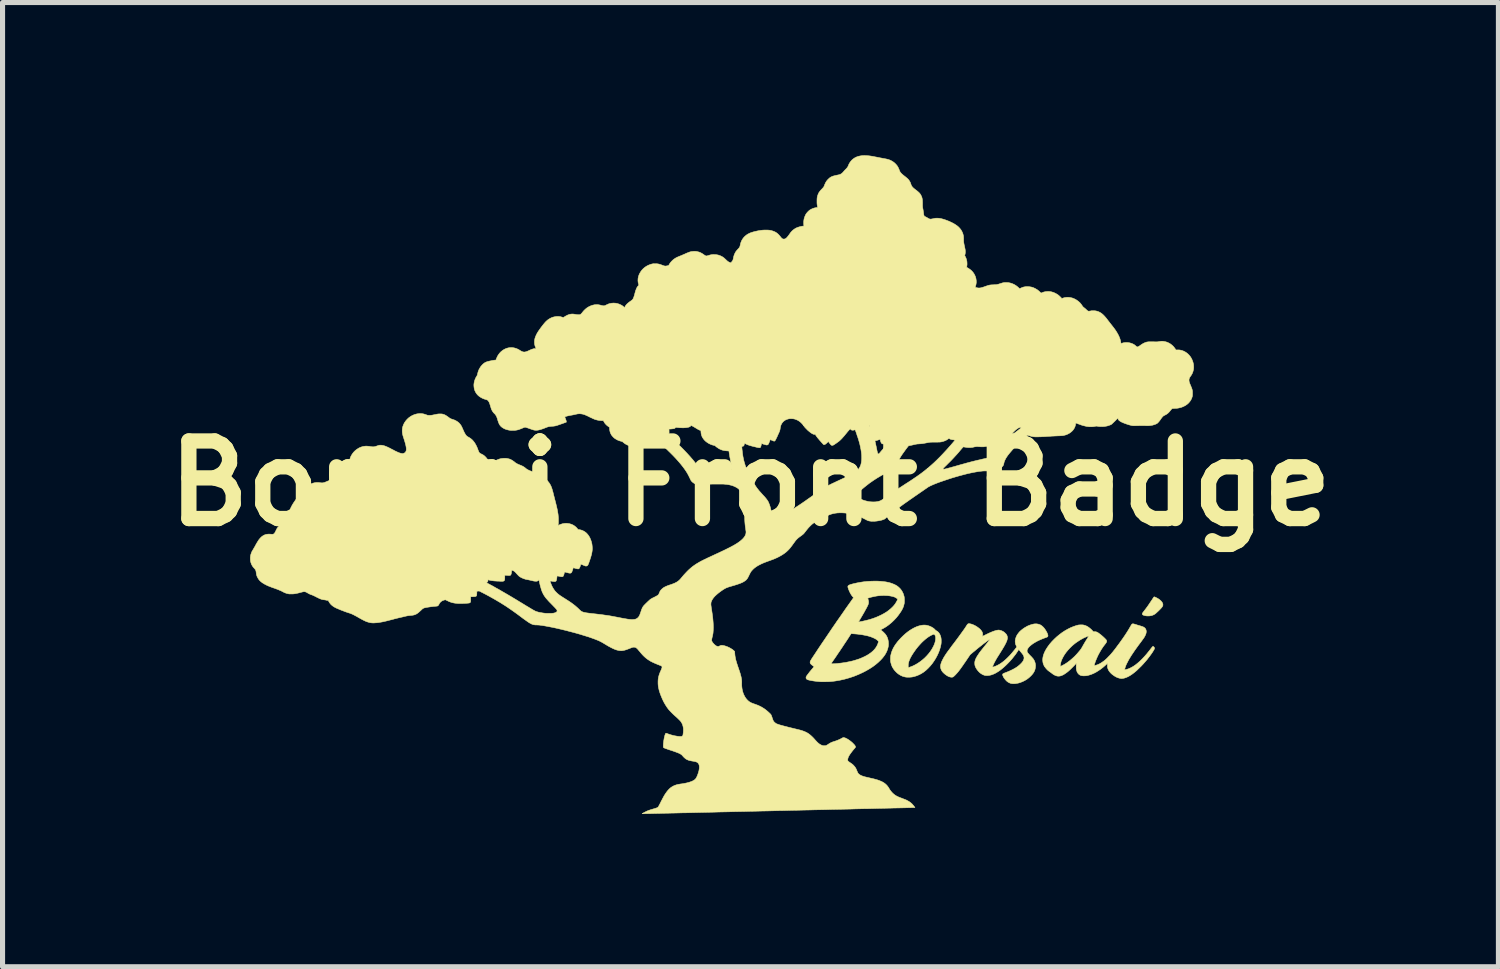
<source format=kicad_pcb>
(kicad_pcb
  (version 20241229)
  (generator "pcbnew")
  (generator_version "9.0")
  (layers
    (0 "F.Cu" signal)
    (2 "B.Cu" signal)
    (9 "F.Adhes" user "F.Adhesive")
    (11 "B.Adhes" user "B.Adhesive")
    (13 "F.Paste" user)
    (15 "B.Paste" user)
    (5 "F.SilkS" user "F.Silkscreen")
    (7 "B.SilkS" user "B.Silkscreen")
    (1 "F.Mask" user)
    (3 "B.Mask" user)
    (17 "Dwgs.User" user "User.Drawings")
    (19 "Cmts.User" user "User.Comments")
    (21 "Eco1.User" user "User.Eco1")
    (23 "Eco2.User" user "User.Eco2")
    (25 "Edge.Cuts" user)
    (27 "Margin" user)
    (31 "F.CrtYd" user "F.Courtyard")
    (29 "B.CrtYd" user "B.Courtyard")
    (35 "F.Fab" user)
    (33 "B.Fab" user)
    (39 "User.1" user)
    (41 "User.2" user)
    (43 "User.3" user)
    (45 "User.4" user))
  (footprint "Bonsai Front Badge"
    (layer "F.Cu")
    (at 11.691 6.446)
    (property "Reference" "Bonsai Front Badge" (at 0 0 0) (layer "F.SilkS") (effects (font (size 1.524 1.524) (thickness 0.3))))
    (attr through_hole)
    (fp_poly (pts (xy 7.934 2.228) (xy 7.941 2.23) (xy 7.951 2.234) (xy 7.964 2.24) (xy 7.968 2.242) (xy 7.997 2.257) (xy 8.023 2.273) (xy 8.045 2.291) (xy 8.065 2.309) (xy 8.08 2.327) (xy 8.092 2.345) (xy 8.099 2.363) (xy 8.102 2.381) (xy 8.102 2.387) (xy 8.1 2.399) (xy 8.096 2.41) (xy 8.089 2.421) (xy 8.08 2.435) (xy 8.067 2.45) (xy 8.058 2.459) (xy 8.046 2.472) (xy 8.031 2.487) (xy 8.016 2.502) (xy 8 2.517) (xy 7.985 2.531) (xy 7.971 2.544) (xy 7.958 2.555) (xy 7.949 2.563) (xy 7.946 2.564) (xy 7.928 2.576) (xy 7.906 2.586) (xy 7.884 2.594) (xy 7.878 2.596) (xy 7.86 2.599) (xy 7.839 2.602) (xy 7.816 2.603) (xy 7.793 2.603) (xy 7.772 2.601) (xy 7.755 2.598) (xy 7.735 2.593) (xy 7.719 2.588) (xy 7.708 2.582) (xy 7.702 2.578) (xy 7.698 2.57) (xy 7.697 2.562) (xy 7.698 2.558) (xy 7.698 2.554) (xy 7.699 2.551) (xy 7.701 2.546) (xy 7.705 2.541) (xy 7.711 2.533) (xy 7.718 2.523) (xy 7.728 2.51) (xy 7.737 2.499) (xy 7.753 2.478) (xy 7.77 2.456) (xy 7.786 2.434) (xy 7.803 2.411) (xy 7.821 2.385) (xy 7.84 2.356) (xy 7.862 2.324) (xy 7.868 2.314) (xy 7.881 2.296) (xy 7.892 2.279) (xy 7.902 2.263) (xy 7.911 2.25) (xy 7.918 2.24) (xy 7.923 2.233) (xy 7.926 2.23) (xy 7.926 2.23) (xy 7.93 2.228) (xy 7.934 2.228)) (stroke (width 0.01) (type solid)) (fill yes) (layer "F.SilkS"))
    (fp_poly (pts (xy 3.439 2.783) (xy 3.454 2.785) (xy 3.485 2.792) (xy 3.516 2.802) (xy 3.546 2.815) (xy 3.573 2.83) (xy 3.598 2.846) (xy 3.618 2.864) (xy 3.627 2.874) (xy 3.642 2.888) (xy 3.654 2.895) (xy 3.676 2.909) (xy 3.695 2.927) (xy 3.711 2.949) (xy 3.725 2.975) (xy 3.736 3.005) (xy 3.742 3.028) (xy 3.745 3.048) (xy 3.747 3.072) (xy 3.747 3.097) (xy 3.747 3.122) (xy 3.745 3.146) (xy 3.743 3.161) (xy 3.731 3.215) (xy 3.715 3.27) (xy 3.694 3.325) (xy 3.668 3.381) (xy 3.638 3.437) (xy 3.605 3.489) (xy 3.571 3.538) (xy 3.534 3.583) (xy 3.494 3.626) (xy 3.453 3.665) (xy 3.41 3.7) (xy 3.393 3.712) (xy 3.353 3.737) (xy 3.31 3.759) (xy 3.265 3.778) (xy 3.219 3.792) (xy 3.18 3.801) (xy 3.167 3.803) (xy 3.151 3.804) (xy 3.133 3.806) (xy 3.114 3.806) (xy 3.095 3.806) (xy 3.077 3.806) (xy 3.063 3.805) (xy 3.057 3.805) (xy 3.019 3.797) (xy 2.984 3.786) (xy 2.949 3.77) (xy 2.916 3.75) (xy 2.883 3.725) (xy 2.854 3.697) (xy 2.825 3.665) (xy 2.801 3.63) (xy 2.781 3.593) (xy 2.775 3.578) (xy 3.099 3.578) (xy 3.099 3.591) (xy 3.099 3.602) (xy 3.1 3.611) (xy 3.102 3.616) (xy 3.103 3.617) (xy 3.106 3.616) (xy 3.112 3.614) (xy 3.122 3.611) (xy 3.133 3.607) (xy 3.134 3.607) (xy 3.184 3.588) (xy 3.233 3.564) (xy 3.282 3.536) (xy 3.329 3.504) (xy 3.375 3.469) (xy 3.419 3.431) (xy 3.46 3.39) (xy 3.498 3.347) (xy 3.533 3.302) (xy 3.564 3.255) (xy 3.59 3.208) (xy 3.591 3.205) (xy 3.606 3.175) (xy 3.617 3.146) (xy 3.626 3.119) (xy 3.632 3.092) (xy 3.632 3.091) (xy 3.635 3.073) (xy 3.637 3.054) (xy 3.637 3.035) (xy 3.636 3.018) (xy 3.634 3.005) (xy 3.633 3.001) (xy 3.628 2.988) (xy 3.621 2.976) (xy 3.613 2.968) (xy 3.607 2.964) (xy 3.602 2.963) (xy 3.598 2.963) (xy 3.592 2.964) (xy 3.583 2.968) (xy 3.582 2.968) (xy 3.548 2.984) (xy 3.512 3.004) (xy 3.475 3.029) (xy 3.438 3.058) (xy 3.401 3.09) (xy 3.363 3.126) (xy 3.326 3.166) (xy 3.289 3.208) (xy 3.253 3.253) (xy 3.219 3.301) (xy 3.201 3.327) (xy 3.175 3.367) (xy 3.154 3.403) (xy 3.136 3.437) (xy 3.122 3.47) (xy 3.111 3.5) (xy 3.104 3.529) (xy 3.101 3.542) (xy 3.1 3.553) (xy 3.099 3.565) (xy 3.099 3.578) (xy 2.775 3.578) (xy 2.766 3.554) (xy 2.755 3.511) (xy 2.754 3.509) (xy 2.751 3.488) (xy 2.75 3.463) (xy 2.75 3.437) (xy 2.751 3.411) (xy 2.754 3.385) (xy 2.757 3.371) (xy 2.768 3.326) (xy 2.784 3.282) (xy 2.804 3.238) (xy 2.829 3.194) (xy 2.859 3.15) (xy 2.893 3.105) (xy 2.933 3.06) (xy 2.96 3.031) (xy 3.003 2.989) (xy 3.044 2.952) (xy 3.086 2.918) (xy 3.129 2.887) (xy 3.173 2.86) (xy 3.214 2.837) (xy 3.255 2.818) (xy 3.295 2.803) (xy 3.334 2.792) (xy 3.371 2.785) (xy 3.406 2.782) (xy 3.439 2.783)) (stroke (width 0.01) (type solid)) (fill yes) (layer "F.SilkS"))
    (fp_poly (pts (xy 2.49 1.919) (xy 2.552 1.922) (xy 2.612 1.928) (xy 2.659 1.934) (xy 2.704 1.943) (xy 2.747 1.954) (xy 2.787 1.968) (xy 2.824 1.983) (xy 2.858 2) (xy 2.879 2.013) (xy 2.91 2.037) (xy 2.938 2.064) (xy 2.963 2.095) (xy 2.984 2.129) (xy 3.001 2.165) (xy 3.006 2.179) (xy 3.012 2.199) (xy 3.017 2.216) (xy 3.02 2.231) (xy 3.022 2.247) (xy 3.023 2.264) (xy 3.024 2.285) (xy 3.024 2.297) (xy 3.024 2.315) (xy 3.023 2.329) (xy 3.023 2.34) (xy 3.022 2.35) (xy 3.02 2.36) (xy 3.018 2.37) (xy 3.016 2.376) (xy 3.01 2.402) (xy 3.002 2.426) (xy 2.992 2.45) (xy 2.98 2.474) (xy 2.966 2.499) (xy 2.949 2.526) (xy 2.909 2.583) (xy 2.866 2.637) (xy 2.82 2.686) (xy 2.772 2.732) (xy 2.721 2.774) (xy 2.669 2.812) (xy 2.614 2.845) (xy 2.58 2.863) (xy 2.571 2.868) (xy 2.563 2.872) (xy 2.559 2.875) (xy 2.558 2.875) (xy 2.56 2.877) (xy 2.565 2.882) (xy 2.572 2.887) (xy 2.575 2.889) (xy 2.587 2.899) (xy 2.601 2.911) (xy 2.616 2.925) (xy 2.63 2.939) (xy 2.643 2.953) (xy 2.653 2.965) (xy 2.654 2.967) (xy 2.675 2.998) (xy 2.69 3.031) (xy 2.701 3.066) (xy 2.708 3.103) (xy 2.711 3.143) (xy 2.711 3.147) (xy 2.71 3.176) (xy 2.707 3.203) (xy 2.701 3.229) (xy 2.693 3.258) (xy 2.692 3.26) (xy 2.679 3.296) (xy 2.662 3.33) (xy 2.643 3.363) (xy 2.619 3.397) (xy 2.592 3.431) (xy 2.56 3.466) (xy 2.555 3.471) (xy 2.509 3.515) (xy 2.458 3.558) (xy 2.403 3.599) (xy 2.343 3.638) (xy 2.278 3.676) (xy 2.209 3.712) (xy 2.122 3.752) (xy 2.033 3.788) (xy 1.943 3.818) (xy 1.851 3.844) (xy 1.758 3.865) (xy 1.665 3.881) (xy 1.59 3.89) (xy 1.578 3.891) (xy 1.561 3.892) (xy 1.542 3.893) (xy 1.52 3.894) (xy 1.497 3.894) (xy 1.474 3.895) (xy 1.451 3.895) (xy 1.43 3.895) (xy 1.411 3.895) (xy 1.395 3.895) (xy 1.383 3.895) (xy 1.383 3.895) (xy 1.348 3.892) (xy 1.313 3.889) (xy 1.279 3.885) (xy 1.246 3.881) (xy 1.215 3.876) (xy 1.186 3.871) (xy 1.16 3.865) (xy 1.139 3.86) (xy 1.125 3.856) (xy 1.11 3.848) (xy 1.099 3.839) (xy 1.093 3.827) (xy 1.091 3.814) (xy 1.094 3.799) (xy 1.098 3.792) (xy 1.102 3.784) (xy 1.11 3.772) (xy 1.12 3.758) (xy 1.133 3.742) (xy 1.147 3.723) (xy 1.162 3.703) (xy 1.179 3.683) (xy 1.196 3.662) (xy 1.214 3.642) (xy 1.22 3.634) (xy 1.229 3.623) (xy 1.238 3.613) (xy 1.244 3.605) (xy 1.248 3.6) (xy 1.25 3.598) (xy 1.248 3.596) (xy 1.242 3.593) (xy 1.235 3.587) (xy 1.229 3.583) (xy 1.215 3.573) (xy 1.203 3.563) (xy 1.191 3.553) (xy 1.183 3.543) (xy 1.182 3.542) (xy 1.582 3.542) (xy 1.585 3.543) (xy 1.592 3.543) (xy 1.602 3.543) (xy 1.615 3.543) (xy 1.631 3.542) (xy 1.648 3.541) (xy 1.666 3.54) (xy 1.684 3.539) (xy 1.702 3.537) (xy 1.705 3.537) (xy 1.786 3.528) (xy 1.864 3.517) (xy 1.939 3.502) (xy 2.01 3.486) (xy 2.077 3.466) (xy 2.141 3.445) (xy 2.201 3.42) (xy 2.256 3.394) (xy 2.308 3.365) (xy 2.329 3.351) (xy 2.369 3.323) (xy 2.403 3.294) (xy 2.433 3.264) (xy 2.458 3.233) (xy 2.479 3.2) (xy 2.489 3.181) (xy 2.496 3.167) (xy 2.502 3.151) (xy 2.507 3.135) (xy 2.512 3.121) (xy 2.514 3.11) (xy 2.515 3.104) (xy 2.513 3.1) (xy 2.507 3.093) (xy 2.499 3.085) (xy 2.49 3.077) (xy 2.479 3.069) (xy 2.472 3.063) (xy 2.451 3.051) (xy 2.426 3.038) (xy 2.398 3.026) (xy 2.368 3.014) (xy 2.337 3.004) (xy 2.313 2.997) (xy 2.276 2.988) (xy 2.236 2.98) (xy 2.193 2.972) (xy 2.148 2.966) (xy 2.103 2.96) (xy 2.058 2.956) (xy 2.015 2.953) (xy 2.01 2.952) (xy 1.977 2.951) (xy 1.952 2.99) (xy 1.932 3.021) (xy 1.909 3.057) (xy 1.884 3.095) (xy 1.857 3.135) (xy 1.829 3.177) (xy 1.801 3.22) (xy 1.772 3.263) (xy 1.743 3.306) (xy 1.714 3.348) (xy 1.687 3.389) (xy 1.661 3.427) (xy 1.636 3.463) (xy 1.63 3.471) (xy 1.619 3.488) (xy 1.608 3.503) (xy 1.599 3.517) (xy 1.592 3.528) (xy 1.586 3.536) (xy 1.583 3.541) (xy 1.582 3.542) (xy 1.182 3.542) (xy 1.177 3.536) (xy 1.177 3.536) (xy 1.172 3.521) (xy 1.172 3.506) (xy 1.174 3.497) (xy 1.175 3.494) (xy 1.177 3.49) (xy 1.179 3.486) (xy 1.182 3.481) (xy 1.185 3.474) (xy 1.19 3.467) (xy 1.195 3.457) (xy 1.202 3.446) (xy 1.211 3.433) (xy 1.221 3.417) (xy 1.233 3.399) (xy 1.247 3.378) (xy 1.263 3.354) (xy 1.281 3.327) (xy 1.301 3.296) (xy 1.324 3.261) (xy 1.346 3.228) (xy 1.399 3.149) (xy 1.453 3.07) (xy 1.507 2.99) (xy 1.561 2.91) (xy 1.615 2.83) (xy 1.669 2.752) (xy 1.69 2.721) (xy 2.121 2.721) (xy 2.135 2.719) (xy 2.142 2.718) (xy 2.153 2.716) (xy 2.167 2.714) (xy 2.182 2.711) (xy 2.194 2.709) (xy 2.264 2.693) (xy 2.331 2.676) (xy 2.396 2.656) (xy 2.457 2.634) (xy 2.516 2.609) (xy 2.571 2.583) (xy 2.623 2.555) (xy 2.671 2.526) (xy 2.715 2.494) (xy 2.755 2.461) (xy 2.791 2.427) (xy 2.823 2.392) (xy 2.85 2.355) (xy 2.872 2.317) (xy 2.877 2.308) (xy 2.883 2.294) (xy 2.887 2.285) (xy 2.889 2.278) (xy 2.889 2.273) (xy 2.887 2.269) (xy 2.883 2.264) (xy 2.879 2.261) (xy 2.859 2.247) (xy 2.836 2.234) (xy 2.807 2.224) (xy 2.775 2.216) (xy 2.739 2.209) (xy 2.698 2.204) (xy 2.655 2.202) (xy 2.62 2.201) (xy 2.581 2.202) (xy 2.545 2.204) (xy 2.51 2.207) (xy 2.475 2.212) (xy 2.437 2.219) (xy 2.414 2.224) (xy 2.402 2.227) (xy 2.387 2.23) (xy 2.372 2.234) (xy 2.356 2.238) (xy 2.341 2.242) (xy 2.328 2.246) (xy 2.317 2.25) (xy 2.309 2.252) (xy 2.304 2.254) (xy 2.304 2.254) (xy 2.304 2.257) (xy 2.306 2.263) (xy 2.309 2.272) (xy 2.31 2.275) (xy 2.317 2.302) (xy 2.32 2.327) (xy 2.319 2.351) (xy 2.313 2.375) (xy 2.308 2.388) (xy 2.301 2.403) (xy 2.292 2.421) (xy 2.281 2.443) (xy 2.267 2.468) (xy 2.252 2.495) (xy 2.236 2.525) (xy 2.218 2.556) (xy 2.199 2.589) (xy 2.179 2.623) (xy 2.159 2.657) (xy 2.155 2.664) (xy 2.121 2.721) (xy 1.69 2.721) (xy 1.722 2.675) (xy 1.774 2.601) (xy 1.824 2.529) (xy 1.872 2.459) (xy 1.919 2.393) (xy 1.963 2.331) (xy 1.968 2.325) (xy 1.98 2.307) (xy 1.992 2.291) (xy 2.002 2.276) (xy 2.011 2.263) (xy 2.018 2.254) (xy 2.022 2.247) (xy 2.024 2.244) (xy 2.024 2.244) (xy 2.023 2.241) (xy 2.018 2.236) (xy 2.012 2.229) (xy 2.01 2.227) (xy 1.993 2.206) (xy 1.977 2.182) (xy 1.96 2.153) (xy 1.945 2.122) (xy 1.93 2.087) (xy 1.918 2.053) (xy 1.915 2.041) (xy 1.913 2.031) (xy 1.914 2.022) (xy 1.917 2.013) (xy 1.924 2.006) (xy 1.933 1.999) (xy 1.946 1.993) (xy 1.963 1.986) (xy 1.984 1.98) (xy 2.01 1.973) (xy 2.031 1.968) (xy 2.093 1.954) (xy 2.158 1.942) (xy 2.224 1.932) (xy 2.291 1.925) (xy 2.358 1.921) (xy 2.425 1.919) (xy 2.49 1.919)) (stroke (width 0.01) (type solid)) (fill yes) (layer "F.SilkS"))
    (fp_poly (pts (xy 4.302 2.755) (xy 4.31 2.756) (xy 4.337 2.762) (xy 4.366 2.772) (xy 4.396 2.785) (xy 4.426 2.801) (xy 4.456 2.82) (xy 4.484 2.841) (xy 4.491 2.846) (xy 4.515 2.868) (xy 4.533 2.889) (xy 4.547 2.909) (xy 4.556 2.93) (xy 4.561 2.95) (xy 4.561 2.971) (xy 4.558 2.988) (xy 4.556 2.996) (xy 4.555 3.001) (xy 4.555 3.004) (xy 4.557 3.003) (xy 4.563 3) (xy 4.573 2.995) (xy 4.586 2.989) (xy 4.6 2.982) (xy 4.617 2.974) (xy 4.618 2.973) (xy 4.664 2.951) (xy 4.707 2.931) (xy 4.745 2.915) (xy 4.779 2.902) (xy 4.81 2.892) (xy 4.837 2.885) (xy 4.859 2.881) (xy 4.873 2.88) (xy 4.894 2.882) (xy 4.916 2.888) (xy 4.939 2.896) (xy 4.961 2.907) (xy 4.98 2.919) (xy 4.993 2.93) (xy 5.006 2.943) (xy 5.019 2.956) (xy 5.029 2.969) (xy 5.035 2.979) (xy 5.043 2.999) (xy 5.048 3.021) (xy 5.048 3.042) (xy 5.047 3.047) (xy 5.044 3.061) (xy 5.04 3.077) (xy 5.035 3.094) (xy 5.027 3.112) (xy 5.018 3.132) (xy 5.007 3.154) (xy 4.994 3.178) (xy 4.979 3.205) (xy 4.961 3.235) (xy 4.941 3.269) (xy 4.918 3.305) (xy 4.898 3.338) (xy 4.878 3.369) (xy 4.861 3.397) (xy 4.845 3.421) (xy 4.832 3.444) (xy 4.82 3.464) (xy 4.81 3.483) (xy 4.8 3.501) (xy 4.791 3.518) (xy 4.79 3.519) (xy 4.782 3.537) (xy 4.774 3.554) (xy 4.767 3.57) (xy 4.761 3.584) (xy 4.757 3.596) (xy 4.755 3.604) (xy 4.755 3.606) (xy 4.757 3.607) (xy 4.763 3.606) (xy 4.773 3.604) (xy 4.784 3.6) (xy 4.798 3.596) (xy 4.811 3.591) (xy 4.851 3.573) (xy 4.891 3.551) (xy 4.931 3.525) (xy 4.972 3.494) (xy 5.013 3.459) (xy 5.055 3.419) (xy 5.098 3.375) (xy 5.141 3.325) (xy 5.186 3.271) (xy 5.201 3.251) (xy 5.232 3.212) (xy 5.221 3.189) (xy 5.209 3.162) (xy 5.203 3.136) (xy 5.2 3.11) (xy 5.201 3.083) (xy 5.202 3.077) (xy 5.209 3.043) (xy 5.221 3.01) (xy 5.237 2.977) (xy 5.259 2.946) (xy 5.284 2.915) (xy 5.315 2.886) (xy 5.349 2.859) (xy 5.387 2.833) (xy 5.394 2.829) (xy 5.413 2.818) (xy 5.43 2.808) (xy 5.446 2.8) (xy 5.462 2.793) (xy 5.481 2.786) (xy 5.482 2.785) (xy 5.52 2.772) (xy 5.555 2.763) (xy 5.587 2.758) (xy 5.616 2.758) (xy 5.627 2.759) (xy 5.655 2.764) (xy 5.681 2.772) (xy 5.705 2.784) (xy 5.728 2.801) (xy 5.748 2.819) (xy 5.763 2.835) (xy 5.777 2.853) (xy 5.791 2.873) (xy 5.804 2.893) (xy 5.816 2.914) (xy 5.826 2.934) (xy 5.834 2.952) (xy 5.84 2.969) (xy 5.843 2.984) (xy 5.844 2.995) (xy 5.843 2.996) (xy 5.841 3.004) (xy 5.837 3.011) (xy 5.83 3.016) (xy 5.819 3.021) (xy 5.807 3.025) (xy 5.785 3.033) (xy 5.761 3.042) (xy 5.735 3.052) (xy 5.709 3.063) (xy 5.684 3.074) (xy 5.663 3.083) (xy 5.623 3.103) (xy 5.587 3.124) (xy 5.554 3.144) (xy 5.525 3.165) (xy 5.499 3.186) (xy 5.477 3.206) (xy 5.46 3.226) (xy 5.447 3.245) (xy 5.438 3.264) (xy 5.434 3.282) (xy 5.434 3.295) (xy 5.435 3.303) (xy 5.438 3.31) (xy 5.441 3.318) (xy 5.447 3.327) (xy 5.455 3.337) (xy 5.465 3.349) (xy 5.478 3.363) (xy 5.494 3.38) (xy 5.496 3.382) (xy 5.51 3.396) (xy 5.523 3.409) (xy 5.534 3.422) (xy 5.544 3.433) (xy 5.552 3.442) (xy 5.555 3.447) (xy 5.574 3.477) (xy 5.587 3.508) (xy 5.596 3.541) (xy 5.6 3.574) (xy 5.598 3.608) (xy 5.592 3.643) (xy 5.592 3.644) (xy 5.583 3.673) (xy 5.57 3.701) (xy 5.554 3.727) (xy 5.533 3.754) (xy 5.508 3.781) (xy 5.471 3.815) (xy 5.432 3.845) (xy 5.391 3.87) (xy 5.347 3.892) (xy 5.3 3.91) (xy 5.296 3.912) (xy 5.268 3.92) (xy 5.24 3.926) (xy 5.211 3.931) (xy 5.184 3.933) (xy 5.16 3.934) (xy 5.138 3.932) (xy 5.137 3.932) (xy 5.109 3.926) (xy 5.084 3.916) (xy 5.06 3.903) (xy 5.037 3.886) (xy 5.016 3.865) (xy 4.994 3.839) (xy 4.985 3.827) (xy 4.976 3.814) (xy 4.968 3.8) (xy 4.962 3.785) (xy 4.956 3.772) (xy 4.953 3.762) (xy 4.953 3.757) (xy 4.953 3.751) (xy 4.955 3.746) (xy 4.958 3.741) (xy 4.963 3.737) (xy 4.971 3.733) (xy 4.983 3.727) (xy 4.998 3.721) (xy 5.014 3.715) (xy 5.07 3.693) (xy 5.12 3.67) (xy 5.166 3.647) (xy 5.208 3.623) (xy 5.246 3.598) (xy 5.279 3.571) (xy 5.3 3.552) (xy 5.322 3.53) (xy 5.34 3.509) (xy 5.354 3.489) (xy 5.364 3.47) (xy 5.371 3.45) (xy 5.371 3.449) (xy 5.374 3.431) (xy 5.373 3.412) (xy 5.368 3.394) (xy 5.359 3.374) (xy 5.349 3.358) (xy 5.344 3.351) (xy 5.337 3.342) (xy 5.328 3.331) (xy 5.318 3.319) (xy 5.308 3.307) (xy 5.298 3.295) (xy 5.289 3.284) (xy 5.281 3.275) (xy 5.275 3.268) (xy 5.271 3.265) (xy 5.27 3.264) (xy 5.268 3.266) (xy 5.264 3.271) (xy 5.263 3.273) (xy 5.235 3.316) (xy 5.205 3.36) (xy 5.171 3.403) (xy 5.136 3.447) (xy 5.098 3.49) (xy 5.059 3.531) (xy 5.02 3.57) (xy 4.98 3.607) (xy 4.941 3.64) (xy 4.903 3.67) (xy 4.876 3.689) (xy 4.837 3.713) (xy 4.8 3.734) (xy 4.765 3.749) (xy 4.731 3.761) (xy 4.698 3.769) (xy 4.666 3.773) (xy 4.657 3.774) (xy 4.633 3.774) (xy 4.612 3.772) (xy 4.592 3.767) (xy 4.572 3.759) (xy 4.558 3.753) (xy 4.533 3.738) (xy 4.508 3.72) (xy 4.485 3.698) (xy 4.463 3.673) (xy 4.444 3.647) (xy 4.428 3.621) (xy 4.416 3.594) (xy 4.41 3.576) (xy 4.407 3.558) (xy 4.406 3.537) (xy 4.406 3.515) (xy 4.409 3.494) (xy 4.412 3.482) (xy 4.419 3.461) (xy 4.429 3.438) (xy 4.442 3.413) (xy 4.458 3.386) (xy 4.478 3.356) (xy 4.5 3.323) (xy 4.527 3.288) (xy 4.557 3.25) (xy 4.587 3.212) (xy 4.607 3.188) (xy 4.626 3.164) (xy 4.643 3.143) (xy 4.659 3.123) (xy 4.673 3.105) (xy 4.685 3.089) (xy 4.694 3.076) (xy 4.701 3.066) (xy 4.705 3.06) (xy 4.707 3.057) (xy 4.705 3.057) (xy 4.699 3.061) (xy 4.69 3.067) (xy 4.679 3.075) (xy 4.665 3.085) (xy 4.648 3.097) (xy 4.63 3.11) (xy 4.611 3.125) (xy 4.59 3.14) (xy 4.569 3.156) (xy 4.548 3.173) (xy 4.527 3.19) (xy 4.506 3.206) (xy 4.497 3.213) (xy 4.477 3.229) (xy 4.455 3.247) (xy 4.432 3.266) (xy 4.41 3.285) (xy 4.389 3.302) (xy 4.375 3.313) (xy 4.315 3.364) (xy 4.275 3.423) (xy 4.246 3.466) (xy 4.219 3.506) (xy 4.194 3.541) (xy 4.172 3.574) (xy 4.151 3.603) (xy 4.133 3.629) (xy 4.116 3.652) (xy 4.1 3.673) (xy 4.086 3.691) (xy 4.08 3.699) (xy 4.068 3.713) (xy 4.055 3.728) (xy 4.041 3.743) (xy 4.028 3.758) (xy 4.014 3.771) (xy 4.002 3.783) (xy 3.991 3.792) (xy 3.983 3.799) (xy 3.979 3.801) (xy 3.963 3.806) (xy 3.945 3.806) (xy 3.925 3.803) (xy 3.903 3.797) (xy 3.881 3.787) (xy 3.857 3.773) (xy 3.834 3.757) (xy 3.81 3.738) (xy 3.793 3.722) (xy 3.773 3.701) (xy 3.758 3.68) (xy 3.747 3.659) (xy 3.739 3.636) (xy 3.734 3.612) (xy 3.734 3.611) (xy 3.733 3.591) (xy 3.735 3.571) (xy 3.74 3.548) (xy 3.748 3.523) (xy 3.759 3.494) (xy 3.768 3.476) (xy 3.776 3.46) (xy 3.784 3.444) (xy 3.793 3.428) (xy 3.802 3.411) (xy 3.813 3.394) (xy 3.825 3.375) (xy 3.838 3.355) (xy 3.853 3.333) (xy 3.87 3.309) (xy 3.889 3.283) (xy 3.911 3.254) (xy 3.935 3.221) (xy 3.961 3.185) (xy 3.982 3.158) (xy 4.02 3.108) (xy 4.055 3.061) (xy 4.087 3.018) (xy 4.116 2.978) (xy 4.142 2.942) (xy 4.165 2.91) (xy 4.186 2.881) (xy 4.204 2.856) (xy 4.219 2.833) (xy 4.232 2.814) (xy 4.242 2.798) (xy 4.244 2.794) (xy 4.254 2.779) (xy 4.262 2.768) (xy 4.271 2.76) (xy 4.279 2.756) (xy 4.289 2.754) (xy 4.302 2.755)) (stroke (width 0.01) (type solid)) (fill yes) (layer "F.SilkS"))
    (fp_poly (pts (xy 7.522 2.758) (xy 7.536 2.761) (xy 7.554 2.767) (xy 7.559 2.768) (xy 7.575 2.773) (xy 7.593 2.779) (xy 7.609 2.784) (xy 7.623 2.788) (xy 7.626 2.789) (xy 7.654 2.797) (xy 7.676 2.804) (xy 7.695 2.81) (xy 7.711 2.816) (xy 7.723 2.822) (xy 7.734 2.828) (xy 7.742 2.835) (xy 7.75 2.842) (xy 7.752 2.844) (xy 7.764 2.861) (xy 7.771 2.88) (xy 7.775 2.901) (xy 7.774 2.924) (xy 7.769 2.949) (xy 7.759 2.976) (xy 7.745 3.004) (xy 7.73 3.03) (xy 7.725 3.037) (xy 7.717 3.048) (xy 7.707 3.062) (xy 7.696 3.077) (xy 7.684 3.094) (xy 7.671 3.111) (xy 7.667 3.117) (xy 7.624 3.174) (xy 7.585 3.228) (xy 7.549 3.278) (xy 7.517 3.326) (xy 7.487 3.37) (xy 7.461 3.412) (xy 7.437 3.451) (xy 7.417 3.488) (xy 7.399 3.523) (xy 7.385 3.551) (xy 7.376 3.571) (xy 7.369 3.591) (xy 7.362 3.609) (xy 7.357 3.626) (xy 7.353 3.641) (xy 7.352 3.647) (xy 7.35 3.66) (xy 7.36 3.658) (xy 7.39 3.652) (xy 7.423 3.642) (xy 7.456 3.628) (xy 7.491 3.61) (xy 7.525 3.59) (xy 7.558 3.567) (xy 7.562 3.565) (xy 7.604 3.531) (xy 7.648 3.493) (xy 7.692 3.45) (xy 7.736 3.403) (xy 7.782 3.351) (xy 7.827 3.295) (xy 7.855 3.26) (xy 7.868 3.242) (xy 7.88 3.228) (xy 7.888 3.217) (xy 7.895 3.209) (xy 7.901 3.203) (xy 7.905 3.201) (xy 7.909 3.2) (xy 7.912 3.201) (xy 7.915 3.203) (xy 7.919 3.206) (xy 7.92 3.207) (xy 7.929 3.217) (xy 7.935 3.226) (xy 7.937 3.236) (xy 7.936 3.246) (xy 7.93 3.259) (xy 7.924 3.27) (xy 7.908 3.297) (xy 7.889 3.327) (xy 7.867 3.358) (xy 7.842 3.392) (xy 7.816 3.426) (xy 7.789 3.461) (xy 7.76 3.495) (xy 7.731 3.528) (xy 7.72 3.541) (xy 7.706 3.556) (xy 7.69 3.573) (xy 7.672 3.592) (xy 7.652 3.611) (xy 7.633 3.63) (xy 7.614 3.648) (xy 7.597 3.665) (xy 7.582 3.679) (xy 7.576 3.684) (xy 7.535 3.718) (xy 7.495 3.748) (xy 7.457 3.773) (xy 7.42 3.794) (xy 7.384 3.81) (xy 7.351 3.822) (xy 7.319 3.829) (xy 7.312 3.83) (xy 7.302 3.831) (xy 7.294 3.832) (xy 7.289 3.832) (xy 7.289 3.832) (xy 7.284 3.832) (xy 7.278 3.831) (xy 7.277 3.831) (xy 7.245 3.825) (xy 7.212 3.815) (xy 7.179 3.8) (xy 7.147 3.781) (xy 7.115 3.758) (xy 7.097 3.744) (xy 7.074 3.722) (xy 7.056 3.701) (xy 7.04 3.68) (xy 7.028 3.656) (xy 7.02 3.635) (xy 7.017 3.626) (xy 7.014 3.619) (xy 7.013 3.612) (xy 7.012 3.603) (xy 7.012 3.593) (xy 7.012 3.579) (xy 7.012 3.575) (xy 7.012 3.559) (xy 7.011 3.548) (xy 7.011 3.542) (xy 7.009 3.539) (xy 7.006 3.539) (xy 7.002 3.543) (xy 6.996 3.549) (xy 6.995 3.55) (xy 6.989 3.556) (xy 6.979 3.565) (xy 6.968 3.575) (xy 6.955 3.587) (xy 6.941 3.598) (xy 6.928 3.61) (xy 6.916 3.62) (xy 6.914 3.621) (xy 6.872 3.653) (xy 6.83 3.681) (xy 6.788 3.707) (xy 6.746 3.729) (xy 6.704 3.747) (xy 6.663 3.761) (xy 6.625 3.772) (xy 6.61 3.775) (xy 6.586 3.778) (xy 6.561 3.779) (xy 6.55 3.78) (xy 6.524 3.778) (xy 6.501 3.775) (xy 6.482 3.769) (xy 6.465 3.76) (xy 6.449 3.747) (xy 6.445 3.744) (xy 6.43 3.726) (xy 6.417 3.704) (xy 6.408 3.68) (xy 6.401 3.651) (xy 6.401 3.649) (xy 6.4 3.64) (xy 6.399 3.628) (xy 6.399 3.613) (xy 6.399 3.597) (xy 6.399 3.581) (xy 6.4 3.566) (xy 6.4 3.552) (xy 6.401 3.542) (xy 6.402 3.536) (xy 6.402 3.534) (xy 6.398 3.536) (xy 6.392 3.542) (xy 6.383 3.552) (xy 6.383 3.552) (xy 6.369 3.567) (xy 6.353 3.584) (xy 6.335 3.602) (xy 6.317 3.62) (xy 6.299 3.638) (xy 6.281 3.655) (xy 6.265 3.67) (xy 6.25 3.683) (xy 6.238 3.694) (xy 6.236 3.696) (xy 6.217 3.71) (xy 6.198 3.724) (xy 6.179 3.737) (xy 6.161 3.749) (xy 6.145 3.759) (xy 6.138 3.762) (xy 6.129 3.766) (xy 6.117 3.771) (xy 6.105 3.776) (xy 6.1 3.778) (xy 6.074 3.784) (xy 6.048 3.786) (xy 6.022 3.783) (xy 5.996 3.775) (xy 5.968 3.762) (xy 5.965 3.76) (xy 5.954 3.754) (xy 5.941 3.745) (xy 5.928 3.736) (xy 5.921 3.73) (xy 5.908 3.72) (xy 5.893 3.709) (xy 5.878 3.699) (xy 5.871 3.694) (xy 5.846 3.675) (xy 5.823 3.653) (xy 5.801 3.628) (xy 5.781 3.602) (xy 5.777 3.595) (xy 6.085 3.595) (xy 6.091 3.593) (xy 6.096 3.591) (xy 6.104 3.587) (xy 6.114 3.582) (xy 6.126 3.577) (xy 6.127 3.576) (xy 6.176 3.549) (xy 6.225 3.517) (xy 6.273 3.481) (xy 6.321 3.44) (xy 6.369 3.396) (xy 6.414 3.348) (xy 6.458 3.297) (xy 6.468 3.285) (xy 6.48 3.27) (xy 6.49 3.256) (xy 6.5 3.242) (xy 6.51 3.225) (xy 6.521 3.206) (xy 6.524 3.2) (xy 6.552 3.151) (xy 6.579 3.105) (xy 6.606 3.062) (xy 6.623 3.035) (xy 6.631 3.022) (xy 6.638 3.011) (xy 6.643 3.003) (xy 6.646 2.997) (xy 6.647 2.995) (xy 6.647 2.995) (xy 6.643 2.996) (xy 6.636 2.998) (xy 6.625 3.002) (xy 6.613 3.007) (xy 6.599 3.012) (xy 6.586 3.018) (xy 6.573 3.023) (xy 6.566 3.026) (xy 6.539 3.039) (xy 6.51 3.055) (xy 6.479 3.072) (xy 6.448 3.092) (xy 6.418 3.112) (xy 6.39 3.131) (xy 6.368 3.148) (xy 6.319 3.189) (xy 6.275 3.232) (xy 6.234 3.277) (xy 6.197 3.322) (xy 6.165 3.368) (xy 6.138 3.415) (xy 6.131 3.429) (xy 6.115 3.462) (xy 6.103 3.493) (xy 6.095 3.523) (xy 6.089 3.552) (xy 6.087 3.573) (xy 6.085 3.595) (xy 5.777 3.595) (xy 5.765 3.575) (xy 5.758 3.559) (xy 5.747 3.527) (xy 5.742 3.493) (xy 5.74 3.458) (xy 5.744 3.421) (xy 5.752 3.383) (xy 5.765 3.344) (xy 5.783 3.303) (xy 5.805 3.262) (xy 5.832 3.219) (xy 5.863 3.176) (xy 5.878 3.156) (xy 5.921 3.106) (xy 5.968 3.058) (xy 6.017 3.012) (xy 6.068 2.97) (xy 6.121 2.93) (xy 6.176 2.894) (xy 6.232 2.862) (xy 6.288 2.834) (xy 6.344 2.811) (xy 6.396 2.793) (xy 6.416 2.787) (xy 6.433 2.783) (xy 6.448 2.78) (xy 6.463 2.779) (xy 6.479 2.778) (xy 6.497 2.778) (xy 6.519 2.778) (xy 6.538 2.78) (xy 6.555 2.784) (xy 6.572 2.789) (xy 6.591 2.796) (xy 6.592 2.797) (xy 6.612 2.806) (xy 6.633 2.819) (xy 6.655 2.835) (xy 6.676 2.852) (xy 6.696 2.87) (xy 6.714 2.888) (xy 6.723 2.899) (xy 6.733 2.912) (xy 6.747 2.911) (xy 6.766 2.911) (xy 6.785 2.914) (xy 6.803 2.919) (xy 6.804 2.919) (xy 6.82 2.928) (xy 6.839 2.94) (xy 6.86 2.956) (xy 6.883 2.973) (xy 6.906 2.993) (xy 6.93 3.014) (xy 6.953 3.036) (xy 6.954 3.036) (xy 6.967 3.05) (xy 6.977 3.06) (xy 6.984 3.068) (xy 6.989 3.074) (xy 6.992 3.079) (xy 6.994 3.083) (xy 6.995 3.086) (xy 6.997 3.096) (xy 6.997 3.105) (xy 6.994 3.115) (xy 6.988 3.126) (xy 6.98 3.139) (xy 6.968 3.155) (xy 6.966 3.157) (xy 6.93 3.204) (xy 6.896 3.255) (xy 6.864 3.309) (xy 6.833 3.365) (xy 6.806 3.423) (xy 6.783 3.478) (xy 6.777 3.494) (xy 6.772 3.51) (xy 6.766 3.526) (xy 6.761 3.541) (xy 6.757 3.555) (xy 6.754 3.566) (xy 6.752 3.574) (xy 6.752 3.578) (xy 6.752 3.578) (xy 6.755 3.578) (xy 6.762 3.577) (xy 6.772 3.575) (xy 6.783 3.572) (xy 6.795 3.568) (xy 6.807 3.564) (xy 6.817 3.561) (xy 6.855 3.544) (xy 6.893 3.522) (xy 6.932 3.495) (xy 6.955 3.478) (xy 6.966 3.468) (xy 6.981 3.455) (xy 6.997 3.44) (xy 7.014 3.423) (xy 7.032 3.404) (xy 7.05 3.386) (xy 7.068 3.367) (xy 7.083 3.35) (xy 7.097 3.334) (xy 7.098 3.332) (xy 7.114 3.314) (xy 7.131 3.292) (xy 7.151 3.267) (xy 7.172 3.24) (xy 7.194 3.21) (xy 7.216 3.18) (xy 7.239 3.15) (xy 7.245 3.142) (xy 7.282 3.09) (xy 7.316 3.042) (xy 7.347 2.997) (xy 7.376 2.953) (xy 7.403 2.911) (xy 7.429 2.869) (xy 7.453 2.828) (xy 7.468 2.802) (xy 7.477 2.786) (xy 7.485 2.773) (xy 7.493 2.765) (xy 7.501 2.759) (xy 7.511 2.757) (xy 7.522 2.758)) (stroke (width 0.01) (type solid)) (fill yes) (layer "F.SilkS"))
    (fp_poly (pts (xy 2.282 -6.439) (xy 2.332 -6.435) (xy 2.361 -6.431) (xy 2.372 -6.429) (xy 2.386 -6.427) (xy 2.405 -6.424) (xy 2.425 -6.42) (xy 2.448 -6.415) (xy 2.471 -6.411) (xy 2.495 -6.406) (xy 2.497 -6.406) (xy 2.521 -6.401) (xy 2.545 -6.396) (xy 2.568 -6.392) (xy 2.589 -6.388) (xy 2.608 -6.384) (xy 2.624 -6.381) (xy 2.636 -6.379) (xy 2.637 -6.379) (xy 2.673 -6.372) (xy 2.705 -6.364) (xy 2.734 -6.354) (xy 2.761 -6.342) (xy 2.787 -6.327) (xy 2.813 -6.31) (xy 2.817 -6.307) (xy 2.842 -6.285) (xy 2.864 -6.262) (xy 2.884 -6.237) (xy 2.901 -6.208) (xy 2.916 -6.175) (xy 2.925 -6.152) (xy 2.931 -6.137) (xy 2.938 -6.122) (xy 2.948 -6.109) (xy 2.959 -6.095) (xy 2.974 -6.08) (xy 2.992 -6.064) (xy 3.014 -6.046) (xy 3.023 -6.039) (xy 3.042 -6.024) (xy 3.058 -6.011) (xy 3.071 -6) (xy 3.082 -5.991) (xy 3.091 -5.982) (xy 3.099 -5.974) (xy 3.107 -5.965) (xy 3.11 -5.961) (xy 3.127 -5.936) (xy 3.141 -5.91) (xy 3.151 -5.881) (xy 3.157 -5.863) (xy 3.165 -5.847) (xy 3.174 -5.832) (xy 3.186 -5.818) (xy 3.201 -5.803) (xy 3.219 -5.788) (xy 3.238 -5.773) (xy 3.262 -5.755) (xy 3.282 -5.739) (xy 3.299 -5.724) (xy 3.313 -5.711) (xy 3.324 -5.699) (xy 3.334 -5.686) (xy 3.342 -5.674) (xy 3.35 -5.66) (xy 3.35 -5.659) (xy 3.359 -5.641) (xy 3.366 -5.623) (xy 3.371 -5.605) (xy 3.375 -5.586) (xy 3.378 -5.566) (xy 3.379 -5.542) (xy 3.38 -5.515) (xy 3.38 -5.494) (xy 3.38 -5.475) (xy 3.38 -5.459) (xy 3.38 -5.447) (xy 3.381 -5.436) (xy 3.382 -5.427) (xy 3.383 -5.416) (xy 3.385 -5.405) (xy 3.388 -5.392) (xy 3.391 -5.374) (xy 3.394 -5.355) (xy 3.397 -5.337) (xy 3.399 -5.32) (xy 3.4 -5.315) (xy 3.402 -5.296) (xy 3.404 -5.281) (xy 3.407 -5.269) (xy 3.41 -5.26) (xy 3.414 -5.254) (xy 3.419 -5.248) (xy 3.426 -5.244) (xy 3.436 -5.239) (xy 3.441 -5.236) (xy 3.453 -5.23) (xy 3.467 -5.223) (xy 3.479 -5.215) (xy 3.483 -5.213) (xy 3.497 -5.204) (xy 3.51 -5.198) (xy 3.523 -5.194) (xy 3.536 -5.192) (xy 3.55 -5.193) (xy 3.567 -5.196) (xy 3.588 -5.2) (xy 3.593 -5.201) (xy 3.608 -5.205) (xy 3.621 -5.207) (xy 3.631 -5.209) (xy 3.642 -5.21) (xy 3.653 -5.21) (xy 3.664 -5.21) (xy 3.685 -5.21) (xy 3.705 -5.208) (xy 3.722 -5.206) (xy 3.722 -5.206) (xy 3.756 -5.199) (xy 3.792 -5.189) (xy 3.829 -5.177) (xy 3.866 -5.163) (xy 3.904 -5.148) (xy 3.94 -5.131) (xy 3.975 -5.114) (xy 4.007 -5.096) (xy 4.036 -5.077) (xy 4.062 -5.059) (xy 4.084 -5.04) (xy 4.087 -5.038) (xy 4.114 -5.009) (xy 4.137 -4.979) (xy 4.155 -4.947) (xy 4.17 -4.914) (xy 4.18 -4.878) (xy 4.181 -4.873) (xy 4.183 -4.864) (xy 4.184 -4.855) (xy 4.186 -4.844) (xy 4.186 -4.831) (xy 4.187 -4.815) (xy 4.187 -4.794) (xy 4.187 -4.793) (xy 4.187 -4.777) (xy 4.187 -4.763) (xy 4.188 -4.751) (xy 4.189 -4.741) (xy 4.19 -4.73) (xy 4.192 -4.719) (xy 4.194 -4.707) (xy 4.197 -4.692) (xy 4.201 -4.674) (xy 4.206 -4.653) (xy 4.207 -4.646) (xy 4.213 -4.617) (xy 4.218 -4.591) (xy 4.22 -4.569) (xy 4.221 -4.548) (xy 4.22 -4.529) (xy 4.217 -4.51) (xy 4.214 -4.496) (xy 4.209 -4.476) (xy 4.217 -4.461) (xy 4.232 -4.431) (xy 4.243 -4.399) (xy 4.251 -4.365) (xy 4.254 -4.33) (xy 4.254 -4.296) (xy 4.25 -4.267) (xy 4.249 -4.256) (xy 4.248 -4.249) (xy 4.248 -4.246) (xy 4.25 -4.244) (xy 4.25 -4.244) (xy 4.253 -4.242) (xy 4.26 -4.238) (xy 4.269 -4.233) (xy 4.274 -4.23) (xy 4.309 -4.207) (xy 4.34 -4.182) (xy 4.367 -4.153) (xy 4.39 -4.121) (xy 4.408 -4.087) (xy 4.421 -4.056) (xy 4.43 -4.021) (xy 4.435 -3.985) (xy 4.436 -3.948) (xy 4.431 -3.912) (xy 4.422 -3.878) (xy 4.421 -3.873) (xy 4.418 -3.864) (xy 4.416 -3.858) (xy 4.415 -3.855) (xy 4.415 -3.854) (xy 4.419 -3.852) (xy 4.427 -3.85) (xy 4.437 -3.847) (xy 4.448 -3.844) (xy 4.459 -3.842) (xy 4.469 -3.84) (xy 4.469 -3.84) (xy 4.482 -3.839) (xy 4.494 -3.839) (xy 4.508 -3.84) (xy 4.522 -3.842) (xy 4.539 -3.846) (xy 4.557 -3.851) (xy 4.579 -3.858) (xy 4.604 -3.867) (xy 4.63 -3.876) (xy 4.649 -3.883) (xy 4.666 -3.888) (xy 4.681 -3.892) (xy 4.696 -3.896) (xy 4.711 -3.898) (xy 4.728 -3.9) (xy 4.749 -3.901) (xy 4.769 -3.902) (xy 4.792 -3.903) (xy 4.812 -3.904) (xy 4.828 -3.905) (xy 4.844 -3.908) (xy 4.859 -3.911) (xy 4.875 -3.915) (xy 4.893 -3.921) (xy 4.915 -3.928) (xy 4.938 -3.935) (xy 4.957 -3.941) (xy 4.975 -3.944) (xy 4.993 -3.946) (xy 5.012 -3.947) (xy 5.023 -3.947) (xy 5.064 -3.945) (xy 5.104 -3.937) (xy 5.142 -3.925) (xy 5.18 -3.908) (xy 5.216 -3.886) (xy 5.25 -3.86) (xy 5.265 -3.846) (xy 5.287 -3.825) (xy 5.304 -3.834) (xy 5.335 -3.848) (xy 5.365 -3.858) (xy 5.397 -3.864) (xy 5.432 -3.867) (xy 5.441 -3.867) (xy 5.481 -3.864) (xy 5.521 -3.857) (xy 5.559 -3.845) (xy 5.596 -3.827) (xy 5.632 -3.806) (xy 5.666 -3.779) (xy 5.684 -3.762) (xy 5.708 -3.739) (xy 5.729 -3.748) (xy 5.765 -3.761) (xy 5.802 -3.768) (xy 5.839 -3.771) (xy 5.877 -3.77) (xy 5.915 -3.763) (xy 5.952 -3.752) (xy 5.988 -3.736) (xy 6.024 -3.716) (xy 6.044 -3.702) (xy 6.058 -3.691) (xy 6.073 -3.677) (xy 6.088 -3.663) (xy 6.101 -3.65) (xy 6.107 -3.643) (xy 6.115 -3.632) (xy 6.136 -3.64) (xy 6.17 -3.65) (xy 6.206 -3.655) (xy 6.243 -3.656) (xy 6.28 -3.652) (xy 6.316 -3.644) (xy 6.332 -3.639) (xy 6.37 -3.623) (xy 6.407 -3.602) (xy 6.441 -3.577) (xy 6.472 -3.549) (xy 6.499 -3.517) (xy 6.521 -3.484) (xy 6.528 -3.475) (xy 6.537 -3.465) (xy 6.55 -3.455) (xy 6.55 -3.454) (xy 6.561 -3.446) (xy 6.573 -3.436) (xy 6.586 -3.425) (xy 6.596 -3.415) (xy 6.606 -3.406) (xy 6.615 -3.398) (xy 6.623 -3.391) (xy 6.628 -3.388) (xy 6.629 -3.387) (xy 6.638 -3.384) (xy 6.649 -3.384) (xy 6.664 -3.385) (xy 6.682 -3.388) (xy 6.683 -3.389) (xy 6.694 -3.391) (xy 6.704 -3.392) (xy 6.714 -3.393) (xy 6.727 -3.393) (xy 6.742 -3.393) (xy 6.778 -3.39) (xy 6.81 -3.383) (xy 6.841 -3.372) (xy 6.87 -3.357) (xy 6.88 -3.351) (xy 6.895 -3.341) (xy 6.909 -3.33) (xy 6.923 -3.318) (xy 6.937 -3.304) (xy 6.952 -3.289) (xy 6.968 -3.271) (xy 6.985 -3.251) (xy 7.004 -3.227) (xy 7.025 -3.199) (xy 7.027 -3.196) (xy 7.041 -3.179) (xy 7.055 -3.16) (xy 7.07 -3.141) (xy 7.085 -3.122) (xy 7.098 -3.106) (xy 7.1 -3.103) (xy 7.132 -3.062) (xy 7.161 -3.023) (xy 7.186 -2.986) (xy 7.207 -2.95) (xy 7.226 -2.916) (xy 7.242 -2.882) (xy 7.248 -2.867) (xy 7.256 -2.846) (xy 7.263 -2.824) (xy 7.269 -2.802) (xy 7.273 -2.782) (xy 7.276 -2.765) (xy 7.277 -2.757) (xy 7.278 -2.751) (xy 7.278 -2.748) (xy 7.278 -2.748) (xy 7.281 -2.749) (xy 7.287 -2.751) (xy 7.295 -2.754) (xy 7.298 -2.755) (xy 7.331 -2.764) (xy 7.367 -2.768) (xy 7.403 -2.768) (xy 7.439 -2.764) (xy 7.474 -2.755) (xy 7.508 -2.742) (xy 7.516 -2.738) (xy 7.529 -2.731) (xy 7.541 -2.724) (xy 7.552 -2.715) (xy 7.565 -2.705) (xy 7.571 -2.699) (xy 7.58 -2.691) (xy 7.587 -2.686) (xy 7.592 -2.684) (xy 7.597 -2.682) (xy 7.601 -2.682) (xy 7.608 -2.683) (xy 7.616 -2.686) (xy 7.625 -2.691) (xy 7.637 -2.698) (xy 7.652 -2.708) (xy 7.658 -2.713) (xy 7.689 -2.734) (xy 7.719 -2.752) (xy 7.748 -2.765) (xy 7.776 -2.775) (xy 7.78 -2.776) (xy 7.789 -2.778) (xy 7.798 -2.779) (xy 7.809 -2.781) (xy 7.822 -2.782) (xy 7.837 -2.782) (xy 7.855 -2.782) (xy 7.876 -2.782) (xy 7.901 -2.782) (xy 7.93 -2.782) (xy 7.943 -2.781) (xy 7.961 -2.781) (xy 7.976 -2.781) (xy 7.987 -2.781) (xy 7.997 -2.782) (xy 8.006 -2.783) (xy 8.016 -2.784) (xy 8.023 -2.786) (xy 8.044 -2.789) (xy 8.061 -2.792) (xy 8.077 -2.793) (xy 8.092 -2.793) (xy 8.108 -2.792) (xy 8.109 -2.791) (xy 8.147 -2.785) (xy 8.184 -2.774) (xy 8.219 -2.758) (xy 8.253 -2.738) (xy 8.283 -2.714) (xy 8.295 -2.703) (xy 8.307 -2.691) (xy 8.32 -2.676) (xy 8.332 -2.66) (xy 8.343 -2.645) (xy 8.349 -2.636) (xy 8.357 -2.623) (xy 8.387 -2.623) (xy 8.424 -2.622) (xy 8.46 -2.616) (xy 8.495 -2.605) (xy 8.528 -2.59) (xy 8.559 -2.571) (xy 8.588 -2.549) (xy 8.615 -2.522) (xy 8.639 -2.493) (xy 8.66 -2.46) (xy 8.677 -2.425) (xy 8.691 -2.387) (xy 8.701 -2.348) (xy 8.704 -2.329) (xy 8.705 -2.308) (xy 8.706 -2.284) (xy 8.705 -2.262) (xy 8.703 -2.241) (xy 8.701 -2.232) (xy 8.691 -2.194) (xy 8.678 -2.16) (xy 8.66 -2.128) (xy 8.649 -2.112) (xy 8.634 -2.091) (xy 8.624 -2.072) (xy 8.617 -2.054) (xy 8.614 -2.036) (xy 8.615 -2.018) (xy 8.615 -2.013) (xy 8.617 -2.002) (xy 8.62 -1.992) (xy 8.623 -1.98) (xy 8.628 -1.967) (xy 8.634 -1.951) (xy 8.643 -1.931) (xy 8.65 -1.915) (xy 8.656 -1.898) (xy 8.663 -1.882) (xy 8.669 -1.866) (xy 8.673 -1.853) (xy 8.676 -1.845) (xy 8.678 -1.835) (xy 8.68 -1.827) (xy 8.681 -1.819) (xy 8.682 -1.81) (xy 8.683 -1.799) (xy 8.683 -1.784) (xy 8.683 -1.772) (xy 8.683 -1.754) (xy 8.683 -1.74) (xy 8.682 -1.73) (xy 8.681 -1.721) (xy 8.68 -1.714) (xy 8.678 -1.706) (xy 8.677 -1.702) (xy 8.665 -1.667) (xy 8.648 -1.634) (xy 8.627 -1.604) (xy 8.602 -1.576) (xy 8.573 -1.551) (xy 8.54 -1.529) (xy 8.504 -1.511) (xy 8.493 -1.506) (xy 8.461 -1.494) (xy 8.43 -1.486) (xy 8.398 -1.479) (xy 8.363 -1.475) (xy 8.333 -1.474) (xy 8.317 -1.473) (xy 8.304 -1.472) (xy 8.296 -1.472) (xy 8.289 -1.471) (xy 8.285 -1.47) (xy 8.281 -1.468) (xy 8.278 -1.466) (xy 8.277 -1.465) (xy 8.272 -1.46) (xy 8.265 -1.452) (xy 8.256 -1.442) (xy 8.248 -1.432) (xy 8.228 -1.407) (xy 8.208 -1.386) (xy 8.187 -1.369) (xy 8.165 -1.354) (xy 8.144 -1.343) (xy 8.133 -1.338) (xy 8.122 -1.331) (xy 8.112 -1.326) (xy 8.11 -1.324) (xy 8.101 -1.316) (xy 8.09 -1.304) (xy 8.077 -1.288) (xy 8.062 -1.267) (xy 8.047 -1.245) (xy 8.031 -1.224) (xy 8.015 -1.205) (xy 8 -1.189) (xy 7.985 -1.177) (xy 7.983 -1.176) (xy 7.971 -1.17) (xy 7.956 -1.163) (xy 7.937 -1.156) (xy 7.917 -1.15) (xy 7.896 -1.144) (xy 7.891 -1.143) (xy 7.853 -1.137) (xy 7.816 -1.134) (xy 7.776 -1.134) (xy 7.774 -1.134) (xy 7.741 -1.136) (xy 7.703 -1.136) (xy 7.661 -1.136) (xy 7.616 -1.135) (xy 7.581 -1.134) (xy 7.56 -1.134) (xy 7.544 -1.133) (xy 7.531 -1.133) (xy 7.52 -1.134) (xy 7.511 -1.134) (xy 7.503 -1.135) (xy 7.496 -1.136) (xy 7.478 -1.14) (xy 7.456 -1.146) (xy 7.432 -1.152) (xy 7.407 -1.16) (xy 7.381 -1.169) (xy 7.356 -1.178) (xy 7.332 -1.187) (xy 7.311 -1.196) (xy 7.304 -1.199) (xy 7.281 -1.21) (xy 7.261 -1.222) (xy 7.244 -1.234) (xy 7.232 -1.246) (xy 7.224 -1.258) (xy 7.22 -1.269) (xy 7.221 -1.278) (xy 7.221 -1.279) (xy 7.223 -1.284) (xy 7.222 -1.287) (xy 7.222 -1.287) (xy 7.22 -1.286) (xy 7.215 -1.281) (xy 7.207 -1.274) (xy 7.197 -1.264) (xy 7.185 -1.252) (xy 7.172 -1.238) (xy 7.16 -1.226) (xy 7.144 -1.211) (xy 7.13 -1.197) (xy 7.116 -1.184) (xy 7.105 -1.173) (xy 7.096 -1.165) (xy 7.089 -1.159) (xy 7.087 -1.158) (xy 7.077 -1.153) (xy 7.064 -1.148) (xy 7.048 -1.142) (xy 7.031 -1.136) (xy 7.014 -1.131) (xy 6.999 -1.127) (xy 6.992 -1.126) (xy 6.954 -1.119) (xy 6.914 -1.116) (xy 6.875 -1.116) (xy 6.837 -1.119) (xy 6.819 -1.123) (xy 6.807 -1.125) (xy 6.799 -1.126) (xy 6.792 -1.126) (xy 6.786 -1.125) (xy 6.78 -1.124) (xy 6.74 -1.116) (xy 6.698 -1.113) (xy 6.654 -1.114) (xy 6.609 -1.119) (xy 6.57 -1.128) (xy 6.553 -1.132) (xy 6.538 -1.136) (xy 6.523 -1.14) (xy 6.507 -1.145) (xy 6.489 -1.151) (xy 6.469 -1.159) (xy 6.445 -1.167) (xy 6.43 -1.173) (xy 6.416 -1.178) (xy 6.405 -1.182) (xy 6.397 -1.185) (xy 6.393 -1.186) (xy 6.392 -1.186) (xy 6.391 -1.184) (xy 6.39 -1.178) (xy 6.389 -1.177) (xy 6.384 -1.147) (xy 6.377 -1.122) (xy 6.368 -1.099) (xy 6.357 -1.079) (xy 6.35 -1.067) (xy 6.328 -1.038) (xy 6.301 -1.013) (xy 6.272 -0.991) (xy 6.238 -0.972) (xy 6.202 -0.956) (xy 6.162 -0.945) (xy 6.15 -0.942) (xy 6.14 -0.94) (xy 6.129 -0.939) (xy 6.116 -0.938) (xy 6.1 -0.937) (xy 6.081 -0.936) (xy 6.057 -0.935) (xy 6.05 -0.935) (xy 6.026 -0.934) (xy 6.004 -0.933) (xy 5.983 -0.932) (xy 5.962 -0.931) (xy 5.94 -0.93) (xy 5.916 -0.929) (xy 5.891 -0.927) (xy 5.862 -0.925) (xy 5.829 -0.923) (xy 5.81 -0.922) (xy 5.787 -0.92) (xy 5.76 -0.919) (xy 5.731 -0.918) (xy 5.703 -0.916) (xy 5.676 -0.916) (xy 5.659 -0.915) (xy 5.632 -0.915) (xy 5.609 -0.915) (xy 5.59 -0.915) (xy 5.572 -0.916) (xy 5.556 -0.918) (xy 5.54 -0.921) (xy 5.523 -0.924) (xy 5.505 -0.929) (xy 5.485 -0.935) (xy 5.479 -0.936) (xy 5.438 -0.948) (xy 5.423 -0.934) (xy 5.388 -0.901) (xy 5.353 -0.868) (xy 5.319 -0.836) (xy 5.287 -0.804) (xy 5.257 -0.774) (xy 5.228 -0.746) (xy 5.202 -0.72) (xy 5.179 -0.696) (xy 5.159 -0.675) (xy 5.142 -0.657) (xy 5.14 -0.654) (xy 5.107 -0.616) (xy 5.078 -0.581) (xy 5.053 -0.549) (xy 5.032 -0.518) (xy 5.014 -0.489) (xy 5 -0.461) (xy 4.989 -0.435) (xy 4.981 -0.41) (xy 4.977 -0.391) (xy 4.974 -0.376) (xy 4.97 -0.364) (xy 4.967 -0.356) (xy 4.957 -0.342) (xy 4.943 -0.326) (xy 4.926 -0.31) (xy 4.906 -0.293) (xy 4.885 -0.277) (xy 4.862 -0.261) (xy 4.84 -0.247) (xy 4.818 -0.235) (xy 4.797 -0.226) (xy 4.79 -0.223) (xy 4.77 -0.217) (xy 4.754 -0.214) (xy 4.74 -0.215) (xy 4.733 -0.218) (xy 4.717 -0.226) (xy 4.703 -0.233) (xy 4.691 -0.238) (xy 4.678 -0.241) (xy 4.663 -0.243) (xy 4.645 -0.245) (xy 4.632 -0.245) (xy 4.601 -0.246) (xy 4.565 -0.244) (xy 4.526 -0.24) (xy 4.483 -0.235) (xy 4.436 -0.227) (xy 4.385 -0.218) (xy 4.332 -0.207) (xy 4.275 -0.195) (xy 4.216 -0.18) (xy 4.155 -0.164) (xy 4.092 -0.147) (xy 4.026 -0.128) (xy 3.959 -0.108) (xy 3.891 -0.086) (xy 3.849 -0.072) (xy 3.793 -0.053) (xy 3.74 -0.035) (xy 3.692 -0.018) (xy 3.648 -0.001) (xy 3.608 0.015) (xy 3.573 0.03) (xy 3.542 0.044) (xy 3.516 0.057) (xy 3.495 0.068) (xy 3.485 0.075) (xy 3.477 0.08) (xy 3.466 0.088) (xy 3.452 0.098) (xy 3.434 0.11) (xy 3.414 0.124) (xy 3.392 0.139) (xy 3.368 0.156) (xy 3.342 0.173) (xy 3.316 0.192) (xy 3.289 0.21) (xy 3.262 0.229) (xy 3.234 0.248) (xy 3.208 0.266) (xy 3.183 0.284) (xy 3.158 0.301) (xy 3.136 0.316) (xy 3.116 0.33) (xy 3.099 0.343) (xy 3.084 0.353) (xy 3.077 0.358) (xy 3.021 0.397) (xy 2.97 0.434) (xy 2.922 0.469) (xy 2.878 0.502) (xy 2.838 0.532) (xy 2.8 0.561) (xy 2.766 0.588) (xy 2.734 0.614) (xy 2.706 0.638) (xy 2.679 0.662) (xy 2.67 0.67) (xy 2.657 0.681) (xy 2.647 0.69) (xy 2.638 0.697) (xy 2.629 0.702) (xy 2.619 0.706) (xy 2.607 0.711) (xy 2.601 0.713) (xy 2.573 0.722) (xy 2.541 0.729) (xy 2.507 0.735) (xy 2.472 0.74) (xy 2.438 0.743) (xy 2.405 0.744) (xy 2.375 0.743) (xy 2.366 0.742) (xy 2.344 0.739) (xy 2.327 0.736) (xy 2.312 0.732) (xy 2.298 0.726) (xy 2.291 0.723) (xy 2.264 0.709) (xy 2.241 0.697) (xy 2.221 0.687) (xy 2.204 0.679) (xy 2.19 0.672) (xy 2.177 0.666) (xy 2.165 0.661) (xy 2.154 0.656) (xy 2.143 0.652) (xy 2.141 0.651) (xy 2.081 0.629) (xy 2.022 0.611) (xy 1.964 0.597) (xy 1.908 0.587) (xy 1.851 0.58) (xy 1.798 0.577) (xy 1.752 0.577) (xy 1.709 0.579) (xy 1.669 0.584) (xy 1.631 0.591) (xy 1.592 0.601) (xy 1.553 0.615) (xy 1.512 0.632) (xy 1.499 0.638) (xy 1.452 0.66) (xy 1.41 0.68) (xy 1.372 0.699) (xy 1.338 0.717) (xy 1.306 0.735) (xy 1.278 0.752) (xy 1.251 0.77) (xy 1.227 0.788) (xy 1.204 0.806) (xy 1.183 0.826) (xy 1.162 0.847) (xy 1.141 0.869) (xy 1.12 0.894) (xy 1.099 0.92) (xy 1.079 0.946) (xy 1.067 0.961) (xy 1.057 0.974) (xy 1.048 0.985) (xy 1.038 0.995) (xy 1.026 1.004) (xy 1.013 1.015) (xy 0.998 1.026) (xy 0.979 1.04) (xy 0.958 1.055) (xy 0.939 1.07) (xy 0.924 1.083) (xy 0.91 1.097) (xy 0.897 1.111) (xy 0.883 1.127) (xy 0.87 1.146) (xy 0.849 1.174) (xy 0.831 1.199) (xy 0.816 1.22) (xy 0.802 1.238) (xy 0.791 1.253) (xy 0.78 1.266) (xy 0.772 1.277) (xy 0.77 1.279) (xy 0.738 1.313) (xy 0.705 1.344) (xy 0.668 1.373) (xy 0.628 1.4) (xy 0.584 1.426) (xy 0.546 1.446) (xy 0.531 1.454) (xy 0.516 1.461) (xy 0.501 1.467) (xy 0.486 1.474) (xy 0.47 1.481) (xy 0.453 1.488) (xy 0.433 1.495) (xy 0.41 1.504) (xy 0.383 1.514) (xy 0.358 1.523) (xy 0.327 1.534) (xy 0.301 1.544) (xy 0.278 1.552) (xy 0.258 1.561) (xy 0.24 1.568) (xy 0.223 1.576) (xy 0.206 1.584) (xy 0.19 1.592) (xy 0.146 1.615) (xy 0.107 1.64) (xy 0.074 1.665) (xy 0.045 1.692) (xy 0.021 1.719) (xy 0.018 1.723) (xy 0.011 1.731) (xy 0.006 1.74) (xy 0.000275 1.748) (xy -0.005 1.758) (xy -0.011 1.77) (xy -0.018 1.784) (xy -0.027 1.802) (xy -0.031 1.811) (xy -0.038 1.825) (xy -0.045 1.839) (xy -0.052 1.852) (xy -0.058 1.862) (xy -0.06 1.866) (xy -0.072 1.881) (xy -0.085 1.896) (xy -0.101 1.909) (xy -0.12 1.922) (xy -0.141 1.935) (xy -0.165 1.947) (xy -0.193 1.959) (xy -0.224 1.971) (xy -0.26 1.983) (xy -0.3 1.996) (xy -0.337 2.007) (xy -0.368 2.016) (xy -0.395 2.024) (xy -0.419 2.031) (xy -0.44 2.038) (xy -0.458 2.045) (xy -0.474 2.051) (xy -0.489 2.058) (xy -0.503 2.066) (xy -0.517 2.074) (xy -0.532 2.083) (xy -0.548 2.094) (xy -0.55 2.095) (xy -0.594 2.126) (xy -0.633 2.156) (xy -0.667 2.185) (xy -0.697 2.213) (xy -0.722 2.241) (xy -0.742 2.268) (xy -0.758 2.296) (xy -0.761 2.303) (xy -0.767 2.317) (xy -0.772 2.33) (xy -0.775 2.343) (xy -0.776 2.358) (xy -0.777 2.373) (xy -0.776 2.391) (xy -0.773 2.412) (xy -0.77 2.437) (xy -0.767 2.453) (xy -0.757 2.519) (xy -0.748 2.581) (xy -0.741 2.638) (xy -0.736 2.692) (xy -0.732 2.742) (xy -0.73 2.789) (xy -0.729 2.834) (xy -0.73 2.854) (xy -0.731 2.885) (xy -0.733 2.913) (xy -0.735 2.939) (xy -0.739 2.963) (xy -0.744 2.988) (xy -0.75 3.014) (xy -0.751 3.017) (xy -0.756 3.038) (xy -0.759 3.055) (xy -0.761 3.069) (xy -0.762 3.08) (xy -0.761 3.09) (xy -0.758 3.098) (xy -0.756 3.103) (xy -0.746 3.12) (xy -0.733 3.137) (xy -0.718 3.154) (xy -0.702 3.169) (xy -0.686 3.182) (xy -0.671 3.192) (xy -0.67 3.193) (xy -0.653 3.199) (xy -0.637 3.202) (xy -0.622 3.2) (xy -0.615 3.197) (xy -0.606 3.192) (xy -0.597 3.188) (xy -0.596 3.187) (xy -0.581 3.182) (xy -0.563 3.18) (xy -0.541 3.182) (xy -0.515 3.187) (xy -0.486 3.196) (xy -0.46 3.205) (xy -0.433 3.217) (xy -0.406 3.23) (xy -0.381 3.245) (xy -0.358 3.259) (xy -0.339 3.274) (xy -0.326 3.285) (xy -0.31 3.301) (xy -0.309 3.324) (xy -0.307 3.348) (xy -0.305 3.372) (xy -0.302 3.394) (xy -0.298 3.416) (xy -0.294 3.438) (xy -0.289 3.462) (xy -0.282 3.486) (xy -0.274 3.513) (xy -0.265 3.543) (xy -0.254 3.576) (xy -0.242 3.612) (xy -0.236 3.629) (xy -0.222 3.67) (xy -0.21 3.706) (xy -0.2 3.738) (xy -0.192 3.768) (xy -0.185 3.794) (xy -0.18 3.819) (xy -0.176 3.842) (xy -0.173 3.863) (xy -0.172 3.884) (xy -0.171 3.905) (xy -0.172 3.925) (xy -0.172 3.95) (xy -0.171 3.978) (xy -0.168 4.008) (xy -0.164 4.037) (xy -0.161 4.053) (xy -0.151 4.094) (xy -0.138 4.133) (xy -0.121 4.169) (xy -0.102 4.203) (xy -0.08 4.233) (xy -0.056 4.259) (xy -0.03 4.282) (xy -0.002 4.3) (xy 0.005 4.304) (xy 0.013 4.308) (xy 0.024 4.312) (xy 0.038 4.318) (xy 0.054 4.324) (xy 0.07 4.33) (xy 0.074 4.331) (xy 0.107 4.343) (xy 0.137 4.354) (xy 0.163 4.365) (xy 0.186 4.376) (xy 0.208 4.387) (xy 0.229 4.399) (xy 0.25 4.412) (xy 0.26 4.418) (xy 0.279 4.431) (xy 0.298 4.445) (xy 0.317 4.46) (xy 0.336 4.476) (xy 0.354 4.492) (xy 0.37 4.507) (xy 0.385 4.521) (xy 0.396 4.533) (xy 0.404 4.543) (xy 0.405 4.546) (xy 0.408 4.552) (xy 0.412 4.561) (xy 0.417 4.574) (xy 0.422 4.589) (xy 0.427 4.603) (xy 0.432 4.618) (xy 0.437 4.633) (xy 0.442 4.646) (xy 0.446 4.656) (xy 0.449 4.662) (xy 0.458 4.676) (xy 0.471 4.69) (xy 0.486 4.703) (xy 0.501 4.714) (xy 0.507 4.718) (xy 0.516 4.722) (xy 0.526 4.726) (xy 0.539 4.73) (xy 0.553 4.735) (xy 0.57 4.741) (xy 0.59 4.747) (xy 0.613 4.753) (xy 0.638 4.76) (xy 0.668 4.768) (xy 0.701 4.776) (xy 0.737 4.786) (xy 0.778 4.796) (xy 0.823 4.807) (xy 0.872 4.819) (xy 0.926 4.832) (xy 0.97 4.843) (xy 1.008 4.854) (xy 1.043 4.866) (xy 1.075 4.879) (xy 1.104 4.893) (xy 1.132 4.909) (xy 1.158 4.928) (xy 1.184 4.949) (xy 1.21 4.973) (xy 1.237 5) (xy 1.265 5.031) (xy 1.271 5.038) (xy 1.292 5.061) (xy 1.311 5.081) (xy 1.328 5.097) (xy 1.344 5.11) (xy 1.36 5.122) (xy 1.377 5.131) (xy 1.38 5.133) (xy 1.397 5.142) (xy 1.412 5.147) (xy 1.426 5.151) (xy 1.441 5.152) (xy 1.449 5.152) (xy 1.462 5.152) (xy 1.474 5.151) (xy 1.484 5.148) (xy 1.495 5.143) (xy 1.508 5.136) (xy 1.523 5.127) (xy 1.531 5.121) (xy 1.547 5.111) (xy 1.562 5.102) (xy 1.576 5.094) (xy 1.591 5.087) (xy 1.608 5.08) (xy 1.628 5.073) (xy 1.651 5.066) (xy 1.654 5.065) (xy 1.681 5.056) (xy 1.705 5.047) (xy 1.727 5.038) (xy 1.748 5.029) (xy 1.77 5.018) (xy 1.787 5.009) (xy 1.8 5.002) (xy 1.809 4.997) (xy 1.816 4.994) (xy 1.821 4.992) (xy 1.826 4.991) (xy 1.831 4.992) (xy 1.832 4.992) (xy 1.848 4.995) (xy 1.866 5.001) (xy 1.887 5.011) (xy 1.909 5.023) (xy 1.932 5.038) (xy 1.956 5.055) (xy 1.979 5.073) (xy 2.002 5.093) (xy 2.018 5.109) (xy 2.031 5.123) (xy 2.041 5.133) (xy 2.049 5.143) (xy 2.054 5.151) (xy 2.057 5.156) (xy 2.061 5.165) (xy 2.064 5.172) (xy 2.065 5.177) (xy 2.065 5.177) (xy 2.063 5.181) (xy 2.059 5.187) (xy 2.053 5.195) (xy 2.049 5.2) (xy 2.022 5.231) (xy 1.998 5.261) (xy 1.977 5.289) (xy 1.958 5.315) (xy 1.943 5.338) (xy 1.931 5.358) (xy 1.929 5.362) (xy 1.919 5.385) (xy 1.913 5.406) (xy 1.91 5.424) (xy 1.911 5.439) (xy 1.916 5.452) (xy 1.925 5.462) (xy 1.926 5.462) (xy 1.93 5.465) (xy 1.937 5.47) (xy 1.947 5.477) (xy 1.958 5.485) (xy 1.964 5.489) (xy 1.992 5.508) (xy 2.015 5.527) (xy 2.034 5.547) (xy 2.051 5.567) (xy 2.066 5.589) (xy 2.079 5.614) (xy 2.091 5.643) (xy 2.094 5.65) (xy 2.102 5.669) (xy 2.109 5.683) (xy 2.116 5.695) (xy 2.124 5.704) (xy 2.132 5.711) (xy 2.143 5.719) (xy 2.155 5.727) (xy 2.169 5.735) (xy 2.184 5.741) (xy 2.201 5.748) (xy 2.221 5.755) (xy 2.243 5.761) (xy 2.27 5.768) (xy 2.301 5.775) (xy 2.332 5.782) (xy 2.352 5.787) (xy 2.373 5.792) (xy 2.395 5.797) (xy 2.414 5.801) (xy 2.43 5.805) (xy 2.437 5.807) (xy 2.484 5.82) (xy 2.526 5.834) (xy 2.564 5.85) (xy 2.598 5.866) (xy 2.628 5.885) (xy 2.654 5.905) (xy 2.678 5.928) (xy 2.698 5.953) (xy 2.717 5.98) (xy 2.72 5.987) (xy 2.74 6.019) (xy 2.761 6.047) (xy 2.784 6.073) (xy 2.79 6.08) (xy 2.809 6.097) (xy 2.828 6.113) (xy 2.848 6.127) (xy 2.87 6.14) (xy 2.894 6.152) (xy 2.923 6.165) (xy 2.955 6.177) (xy 2.958 6.178) (xy 2.986 6.189) (xy 3.01 6.198) (xy 3.03 6.206) (xy 3.048 6.213) (xy 3.062 6.219) (xy 3.074 6.225) (xy 3.083 6.23) (xy 3.118 6.25) (xy 3.148 6.272) (xy 3.176 6.297) (xy 3.201 6.326) (xy 3.217 6.346) (xy 3.231 6.367) (xy 3.206 6.367) (xy 3.203 6.367) (xy 3.194 6.367) (xy 3.181 6.368) (xy 3.162 6.368) (xy 3.14 6.369) (xy 3.112 6.369) (xy 3.08 6.37) (xy 3.044 6.371) (xy 3.004 6.372) (xy 2.959 6.373) (xy 2.911 6.374) (xy 2.858 6.375) (xy 2.802 6.376) (xy 2.742 6.378) (xy 2.679 6.379) (xy 2.612 6.381) (xy 2.541 6.382) (xy 2.468 6.384) (xy 2.391 6.386) (xy 2.311 6.388) (xy 2.229 6.389) (xy 2.143 6.391) (xy 2.055 6.393) (xy 1.964 6.396) (xy 1.871 6.398) (xy 1.775 6.4) (xy 1.677 6.402) (xy 1.577 6.404) (xy 1.474 6.407) (xy 1.37 6.409) (xy 1.264 6.411) (xy 1.156 6.414) (xy 1.047 6.416) (xy 0.935 6.419) (xy 0.823 6.421) (xy 0.709 6.424) (xy 0.594 6.427) (xy 0.561 6.427) (xy 0.446 6.43) (xy 0.332 6.433) (xy 0.219 6.435) (xy 0.107 6.438) (xy -0.003 6.44) (xy -0.112 6.443) (xy -0.218 6.445) (xy -0.323 6.447) (xy -0.427 6.45) (xy -0.528 6.452) (xy -0.626 6.454) (xy -0.723 6.457) (xy -0.817 6.459) (xy -0.909 6.461) (xy -0.998 6.463) (xy -1.085 6.465) (xy -1.169 6.467) (xy -1.25 6.469) (xy -1.328 6.47) (xy -1.402 6.472) (xy -1.474 6.474) (xy -1.542 6.475) (xy -1.607 6.477) (xy -1.668 6.478) (xy -1.726 6.479) (xy -1.78 6.481) (xy -1.829 6.482) (xy -1.875 6.483) (xy -1.917 6.484) (xy -1.955 6.485) (xy -1.989 6.485) (xy -2.018 6.486) (xy -2.042 6.487) (xy -2.062 6.487) (xy -2.077 6.488) (xy -2.088 6.488) (xy -2.093 6.488) (xy -2.094 6.488) (xy -2.106 6.488) (xy -2.116 6.488) (xy -2.124 6.488) (xy -2.127 6.487) (xy -2.127 6.487) (xy -2.124 6.485) (xy -2.117 6.48) (xy -2.107 6.474) (xy -2.095 6.467) (xy -2.081 6.46) (xy -2.066 6.452) (xy -2.061 6.45) (xy -2.039 6.439) (xy -2.017 6.429) (xy -1.992 6.42) (xy -1.966 6.411) (xy -1.936 6.402) (xy -1.91 6.394) (xy -1.884 6.387) (xy -1.864 6.38) (xy -1.847 6.375) (xy -1.834 6.369) (xy -1.824 6.364) (xy -1.816 6.359) (xy -1.812 6.355) (xy -1.81 6.351) (xy -1.805 6.344) (xy -1.799 6.332) (xy -1.792 6.318) (xy -1.783 6.302) (xy -1.773 6.283) (xy -1.763 6.263) (xy -1.762 6.26) (xy -1.751 6.238) (xy -1.739 6.216) (xy -1.728 6.194) (xy -1.717 6.174) (xy -1.707 6.156) (xy -1.699 6.14) (xy -1.693 6.13) (xy -1.668 6.091) (xy -1.643 6.056) (xy -1.618 6.025) (xy -1.593 5.999) (xy -1.567 5.976) (xy -1.54 5.958) (xy -1.515 5.944) (xy -1.498 5.936) (xy -1.481 5.929) (xy -1.463 5.923) (xy -1.444 5.917) (xy -1.423 5.912) (xy -1.399 5.908) (xy -1.37 5.903) (xy -1.359 5.902) (xy -1.309 5.894) (xy -1.263 5.885) (xy -1.222 5.875) (xy -1.186 5.864) (xy -1.153 5.852) (xy -1.126 5.839) (xy -1.103 5.825) (xy -1.085 5.81) (xy -1.077 5.801) (xy -1.066 5.785) (xy -1.055 5.765) (xy -1.045 5.742) (xy -1.035 5.717) (xy -1.026 5.69) (xy -1.018 5.663) (xy -1.011 5.637) (xy -1.007 5.612) (xy -1.004 5.589) (xy -1.004 5.589) (xy -1.004 5.561) (xy -1.007 5.537) (xy -1.014 5.516) (xy -1.024 5.499) (xy -1.037 5.485) (xy -1.055 5.474) (xy -1.07 5.468) (xy -1.076 5.466) (xy -1.086 5.464) (xy -1.1 5.461) (xy -1.115 5.458) (xy -1.131 5.455) (xy -1.135 5.455) (xy -1.167 5.449) (xy -1.195 5.443) (xy -1.219 5.436) (xy -1.241 5.427) (xy -1.26 5.417) (xy -1.278 5.405) (xy -1.295 5.39) (xy -1.313 5.373) (xy -1.331 5.353) (xy -1.336 5.347) (xy -1.343 5.339) (xy -1.352 5.331) (xy -1.362 5.323) (xy -1.375 5.315) (xy -1.389 5.307) (xy -1.406 5.299) (xy -1.426 5.291) (xy -1.449 5.282) (xy -1.476 5.272) (xy -1.507 5.261) (xy -1.542 5.249) (xy -1.57 5.24) (xy -1.601 5.23) (xy -1.627 5.221) (xy -1.649 5.213) (xy -1.667 5.207) (xy -1.682 5.201) (xy -1.693 5.196) (xy -1.701 5.192) (xy -1.706 5.188) (xy -1.707 5.187) (xy -1.709 5.185) (xy -1.711 5.181) (xy -1.711 5.175) (xy -1.712 5.166) (xy -1.712 5.153) (xy -1.712 5.153) (xy -1.711 5.131) (xy -1.71 5.108) (xy -1.707 5.084) (xy -1.704 5.059) (xy -1.7 5.034) (xy -1.696 5.01) (xy -1.691 4.987) (xy -1.686 4.966) (xy -1.681 4.947) (xy -1.675 4.931) (xy -1.67 4.919) (xy -1.665 4.91) (xy -1.66 4.906) (xy -1.656 4.907) (xy -1.649 4.909) (xy -1.639 4.912) (xy -1.635 4.913) (xy -1.609 4.923) (xy -1.582 4.932) (xy -1.552 4.941) (xy -1.522 4.949) (xy -1.492 4.956) (xy -1.463 4.961) (xy -1.435 4.966) (xy -1.409 4.969) (xy -1.387 4.97) (xy -1.368 4.97) (xy -1.361 4.97) (xy -1.351 4.968) (xy -1.342 4.964) (xy -1.338 4.962) (xy -1.334 4.959) (xy -1.331 4.956) (xy -1.329 4.95) (xy -1.327 4.942) (xy -1.325 4.934) (xy -1.319 4.89) (xy -1.317 4.849) (xy -1.318 4.81) (xy -1.324 4.774) (xy -1.333 4.741) (xy -1.347 4.71) (xy -1.364 4.682) (xy -1.369 4.676) (xy -1.38 4.662) (xy -1.396 4.646) (xy -1.415 4.627) (xy -1.438 4.605) (xy -1.463 4.582) (xy -1.476 4.571) (xy -1.504 4.546) (xy -1.53 4.521) (xy -1.554 4.497) (xy -1.576 4.474) (xy -1.595 4.454) (xy -1.61 4.436) (xy -1.611 4.435) (xy -1.644 4.39) (xy -1.675 4.341) (xy -1.705 4.288) (xy -1.732 4.231) (xy -1.753 4.181) (xy -1.77 4.138) (xy -1.783 4.099) (xy -1.794 4.063) (xy -1.802 4.028) (xy -1.809 3.994) (xy -1.813 3.962) (xy -1.815 3.928) (xy -1.815 3.924) (xy -1.815 3.882) (xy -1.812 3.841) (xy -1.805 3.801) (xy -1.794 3.761) (xy -1.779 3.719) (xy -1.766 3.69) (xy -1.756 3.667) (xy -1.748 3.647) (xy -1.742 3.631) (xy -1.738 3.618) (xy -1.737 3.608) (xy -1.737 3.599) (xy -1.741 3.593) (xy -1.746 3.588) (xy -1.753 3.583) (xy -1.763 3.579) (xy -1.764 3.578) (xy -1.772 3.575) (xy -1.784 3.571) (xy -1.798 3.565) (xy -1.814 3.559) (xy -1.83 3.553) (xy -1.831 3.552) (xy -1.877 3.533) (xy -1.919 3.514) (xy -1.957 3.495) (xy -1.993 3.473) (xy -2.026 3.451) (xy -2.058 3.426) (xy -2.089 3.398) (xy -2.12 3.367) (xy -2.151 3.332) (xy -2.183 3.293) (xy -2.189 3.287) (xy -2.205 3.267) (xy -2.219 3.251) (xy -2.232 3.239) (xy -2.244 3.229) (xy -2.255 3.223) (xy -2.267 3.219) (xy -2.279 3.217) (xy -2.283 3.216) (xy -2.292 3.216) (xy -2.301 3.217) (xy -2.311 3.218) (xy -2.322 3.221) (xy -2.335 3.226) (xy -2.351 3.232) (xy -2.371 3.24) (xy -2.376 3.242) (xy -2.41 3.255) (xy -2.44 3.266) (xy -2.466 3.274) (xy -2.491 3.28) (xy -2.514 3.284) (xy -2.535 3.286) (xy -2.556 3.285) (xy -2.578 3.283) (xy -2.6 3.278) (xy -2.614 3.275) (xy -2.642 3.267) (xy -2.673 3.255) (xy -2.707 3.24) (xy -2.744 3.221) (xy -2.784 3.2) (xy -2.828 3.174) (xy -2.873 3.147) (xy -2.896 3.133) (xy -2.917 3.121) (xy -2.938 3.11) (xy -2.959 3.099) (xy -2.98 3.089) (xy -3.004 3.079) (xy -3.03 3.069) (xy -3.06 3.057) (xy -3.077 3.051) (xy -3.124 3.034) (xy -3.175 3.016) (xy -3.23 2.999) (xy -3.289 2.981) (xy -3.35 2.962) (xy -3.413 2.944) (xy -3.479 2.926) (xy -3.545 2.909) (xy -3.612 2.891) (xy -3.678 2.875) (xy -3.744 2.859) (xy -3.809 2.844) (xy -3.873 2.83) (xy -3.934 2.818) (xy -3.992 2.807) (xy -4.046 2.797) (xy -4.077 2.792) (xy -4.104 2.788) (xy -4.128 2.785) (xy -4.15 2.782) (xy -4.171 2.781) (xy -4.192 2.78) (xy -4.199 2.78) (xy -4.215 2.78) (xy -4.229 2.779) (xy -4.243 2.777) (xy -4.257 2.775) (xy -4.27 2.772) (xy -4.284 2.767) (xy -4.298 2.762) (xy -4.313 2.754) (xy -4.33 2.745) (xy -4.348 2.735) (xy -4.367 2.722) (xy -4.389 2.707) (xy -4.414 2.689) (xy -4.442 2.669) (xy -4.473 2.647) (xy -4.507 2.621) (xy -4.514 2.616) (xy -4.562 2.58) (xy -4.607 2.547) (xy -4.649 2.517) (xy -4.69 2.488) (xy -4.728 2.462) (xy -4.766 2.436) (xy -4.803 2.411) (xy -4.841 2.387) (xy -4.879 2.363) (xy -4.919 2.338) (xy -4.955 2.317) (xy -5.014 2.282) (xy -5.074 2.248) (xy -5.135 2.214) (xy -5.196 2.181) (xy -5.254 2.151) (xy -5.28 2.138) (xy -5.329 2.113) (xy -5.351 2.115) (xy -5.374 2.117) (xy -5.375 2.155) (xy -5.376 2.174) (xy -5.377 2.19) (xy -5.38 2.202) (xy -5.384 2.21) (xy -5.391 2.216) (xy -5.401 2.22) (xy -5.415 2.223) (xy -5.432 2.224) (xy -5.451 2.225) (xy -5.496 2.226) (xy -5.496 2.273) (xy -5.496 2.29) (xy -5.496 2.303) (xy -5.496 2.312) (xy -5.497 2.319) (xy -5.498 2.324) (xy -5.499 2.328) (xy -5.5 2.33) (xy -5.503 2.335) (xy -5.506 2.339) (xy -5.51 2.343) (xy -5.516 2.346) (xy -5.523 2.348) (xy -5.533 2.35) (xy -5.546 2.351) (xy -5.562 2.353) (xy -5.582 2.354) (xy -5.606 2.356) (xy -5.615 2.356) (xy -5.661 2.358) (xy -5.703 2.358) (xy -5.742 2.358) (xy -5.777 2.355) (xy -5.81 2.351) (xy -5.841 2.345) (xy -5.87 2.338) (xy -5.899 2.328) (xy -5.927 2.317) (xy -5.953 2.304) (xy -5.992 2.285) (xy -6.011 2.289) (xy -6.038 2.298) (xy -6.063 2.31) (xy -6.085 2.328) (xy -6.086 2.329) (xy -6.096 2.339) (xy -6.104 2.348) (xy -6.11 2.359) (xy -6.114 2.366) (xy -6.123 2.383) (xy -6.131 2.395) (xy -6.14 2.403) (xy -6.148 2.408) (xy -6.149 2.408) (xy -6.156 2.409) (xy -6.166 2.41) (xy -6.177 2.412) (xy -6.181 2.412) (xy -6.201 2.414) (xy -6.225 2.416) (xy -6.25 2.419) (xy -6.277 2.422) (xy -6.304 2.426) (xy -6.33 2.43) (xy -6.355 2.434) (xy -6.376 2.438) (xy -6.391 2.441) (xy -6.403 2.444) (xy -6.413 2.447) (xy -6.422 2.451) (xy -6.431 2.456) (xy -6.441 2.463) (xy -6.452 2.472) (xy -6.465 2.485) (xy -6.48 2.499) (xy -6.501 2.518) (xy -6.519 2.534) (xy -6.535 2.547) (xy -6.55 2.557) (xy -6.565 2.566) (xy -6.579 2.573) (xy -6.58 2.573) (xy -6.601 2.581) (xy -6.621 2.586) (xy -6.644 2.59) (xy -6.669 2.593) (xy -6.675 2.593) (xy -6.697 2.595) (xy -6.717 2.597) (xy -6.736 2.6) (xy -6.757 2.604) (xy -6.779 2.609) (xy -6.805 2.615) (xy -6.823 2.62) (xy -6.845 2.625) (xy -6.867 2.63) (xy -6.887 2.635) (xy -6.895 2.636) (xy -6.911 2.64) (xy -6.93 2.645) (xy -6.951 2.65) (xy -6.974 2.656) (xy -6.996 2.661) (xy -7.008 2.665) (xy -7.053 2.677) (xy -7.094 2.687) (xy -7.132 2.697) (xy -7.165 2.705) (xy -7.196 2.712) (xy -7.223 2.718) (xy -7.249 2.723) (xy -7.273 2.727) (xy -7.296 2.731) (xy -7.317 2.734) (xy -7.339 2.736) (xy -7.36 2.738) (xy -7.368 2.738) (xy -7.395 2.74) (xy -7.42 2.74) (xy -7.445 2.738) (xy -7.469 2.735) (xy -7.493 2.729) (xy -7.518 2.722) (xy -7.545 2.713) (xy -7.572 2.701) (xy -7.603 2.686) (xy -7.635 2.669) (xy -7.671 2.649) (xy -7.7 2.633) (xy -7.732 2.614) (xy -7.761 2.599) (xy -7.787 2.585) (xy -7.811 2.573) (xy -7.833 2.563) (xy -7.854 2.555) (xy -7.875 2.547) (xy -7.895 2.541) (xy -7.914 2.535) (xy -7.937 2.527) (xy -7.963 2.518) (xy -7.991 2.507) (xy -8.02 2.496) (xy -8.049 2.485) (xy -8.077 2.473) (xy -8.103 2.462) (xy -8.127 2.452) (xy -8.148 2.442) (xy -8.148 2.442) (xy -8.183 2.423) (xy -8.214 2.401) (xy -8.241 2.377) (xy -8.264 2.349) (xy -8.284 2.317) (xy -8.289 2.307) (xy -8.293 2.3) (xy -8.296 2.296) (xy -8.298 2.295) (xy -8.302 2.297) (xy -8.306 2.298) (xy -8.312 2.298) (xy -8.321 2.296) (xy -8.329 2.294) (xy -8.342 2.291) (xy -8.357 2.288) (xy -8.372 2.286) (xy -8.374 2.286) (xy -8.39 2.284) (xy -8.404 2.281) (xy -8.418 2.278) (xy -8.432 2.274) (xy -8.448 2.268) (xy -8.465 2.261) (xy -8.484 2.252) (xy -8.506 2.241) (xy -8.531 2.229) (xy -8.553 2.217) (xy -8.575 2.207) (xy -8.594 2.198) (xy -8.611 2.191) (xy -8.622 2.187) (xy -8.637 2.182) (xy -8.65 2.177) (xy -8.661 2.172) (xy -8.673 2.166) (xy -8.686 2.159) (xy -8.701 2.15) (xy -8.716 2.141) (xy -8.729 2.135) (xy -8.741 2.13) (xy -8.753 2.127) (xy -8.765 2.126) (xy -8.779 2.127) (xy -8.795 2.13) (xy -8.814 2.135) (xy -8.834 2.14) (xy -8.863 2.148) (xy -8.888 2.154) (xy -8.91 2.159) (xy -8.929 2.163) (xy -8.946 2.166) (xy -8.963 2.168) (xy -8.98 2.17) (xy -8.997 2.171) (xy -9.006 2.171) (xy -9.025 2.171) (xy -9.041 2.171) (xy -9.054 2.171) (xy -9.065 2.17) (xy -9.075 2.168) (xy -9.114 2.159) (xy -9.152 2.145) (xy -9.172 2.135) (xy -9.191 2.125) (xy -9.208 2.116) (xy -9.225 2.108) (xy -9.242 2.101) (xy -9.26 2.093) (xy -9.279 2.085) (xy -9.3 2.077) (xy -9.325 2.068) (xy -9.354 2.057) (xy -9.361 2.055) (xy -9.39 2.045) (xy -9.414 2.036) (xy -9.435 2.028) (xy -9.454 2.02) (xy -9.471 2.014) (xy -9.486 2.007) (xy -9.501 2) (xy -9.511 1.995) (xy -9.551 1.974) (xy -9.586 1.952) (xy -9.594 1.946) (xy -5.189 1.946) (xy -5.187 1.948) (xy -5.183 1.951) (xy -5.174 1.956) (xy -5.169 1.959) (xy -5.113 1.989) (xy -5.057 2.019) (xy -5.002 2.051) (xy -4.945 2.082) (xy -4.887 2.116) (xy -4.828 2.15) (xy -4.766 2.186) (xy -4.702 2.224) (xy -4.635 2.264) (xy -4.564 2.307) (xy -4.53 2.328) (xy -4.485 2.355) (xy -4.444 2.38) (xy -4.407 2.403) (xy -4.374 2.422) (xy -4.345 2.44) (xy -4.319 2.455) (xy -4.297 2.469) (xy -4.278 2.48) (xy -4.262 2.489) (xy -4.249 2.496) (xy -4.239 2.501) (xy -4.232 2.505) (xy -4.231 2.506) (xy -4.212 2.514) (xy -4.19 2.521) (xy -4.167 2.528) (xy -4.14 2.534) (xy -4.11 2.539) (xy -4.075 2.545) (xy -4.036 2.55) (xy -4.023 2.551) (xy -4.018 2.551) (xy -4.009 2.552) (xy -3.997 2.552) (xy -3.981 2.552) (xy -3.964 2.552) (xy -3.947 2.551) (xy -3.924 2.551) (xy -3.905 2.551) (xy -3.891 2.55) (xy -3.879 2.549) (xy -3.869 2.548) (xy -3.861 2.546) (xy -3.861 2.546) (xy -3.841 2.541) (xy -3.824 2.534) (xy -3.811 2.526) (xy -3.805 2.52) (xy -3.8 2.514) (xy -3.798 2.508) (xy -3.798 2.5) (xy -3.798 2.499) (xy -3.802 2.485) (xy -3.807 2.476) (xy -3.81 2.472) (xy -3.817 2.465) (xy -3.826 2.455) (xy -3.838 2.442) (xy -3.851 2.428) (xy -3.867 2.412) (xy -3.883 2.395) (xy -3.897 2.381) (xy -3.922 2.355) (xy -3.944 2.333) (xy -3.963 2.313) (xy -3.979 2.295) (xy -3.993 2.279) (xy -4.006 2.265) (xy -4.017 2.252) (xy -4.026 2.24) (xy -4.035 2.228) (xy -4.043 2.216) (xy -4.047 2.211) (xy -4.064 2.184) (xy -4.078 2.156) (xy -4.092 2.127) (xy -4.104 2.093) (xy -4.105 2.091) (xy -4.111 2.071) (xy -4.118 2.046) (xy -4.126 2.02) (xy -4.133 1.992) (xy -4.139 1.964) (xy -4.145 1.938) (xy -4.148 1.923) (xy -4.15 1.912) (xy -4.152 1.902) (xy -4.154 1.895) (xy -4.155 1.892) (xy -4.155 1.892) (xy -4.157 1.894) (xy -4.161 1.899) (xy -4.162 1.901) (xy -4.167 1.907) (xy -4.176 1.913) (xy -4.18 1.915) (xy -4.187 1.918) (xy -4.194 1.92) (xy -4.202 1.921) (xy -4.213 1.921) (xy -4.215 1.921) (xy -4.226 1.921) (xy -4.237 1.92) (xy -4.249 1.918) (xy -4.263 1.916) (xy -4.28 1.912) (xy -4.3 1.907) (xy -4.315 1.904) (xy -4.33 1.9) (xy -4.345 1.897) (xy -4.358 1.894) (xy -4.368 1.892) (xy -4.369 1.892) (xy -4.415 1.883) (xy -4.458 1.869) (xy -4.499 1.851) (xy -4.499 1.851) (xy -4.515 1.842) (xy -4.529 1.834) (xy -4.542 1.824) (xy -4.554 1.814) (xy -4.567 1.8) (xy -4.583 1.784) (xy -4.585 1.781) (xy -4.596 1.769) (xy -4.607 1.757) (xy -4.617 1.746) (xy -4.626 1.738) (xy -4.63 1.734) (xy -4.641 1.725) (xy -4.653 1.718) (xy -4.665 1.712) (xy -4.675 1.708) (xy -4.682 1.707) (xy -4.685 1.707) (xy -4.687 1.707) (xy -4.688 1.709) (xy -4.689 1.713) (xy -4.691 1.72) (xy -4.692 1.73) (xy -4.694 1.744) (xy -4.694 1.745) (xy -4.697 1.764) (xy -4.7 1.778) (xy -4.704 1.789) (xy -4.709 1.797) (xy -4.712 1.8) (xy -4.716 1.804) (xy -4.721 1.806) (xy -4.727 1.807) (xy -4.737 1.808) (xy -4.739 1.808) (xy -4.75 1.808) (xy -4.763 1.807) (xy -4.778 1.806) (xy -4.79 1.805) (xy -4.803 1.804) (xy -4.813 1.803) (xy -4.82 1.802) (xy -4.824 1.803) (xy -4.824 1.803) (xy -4.825 1.805) (xy -4.825 1.812) (xy -4.826 1.823) (xy -4.826 1.835) (xy -4.826 1.845) (xy -4.826 1.864) (xy -4.827 1.878) (xy -4.828 1.889) (xy -4.83 1.897) (xy -4.833 1.903) (xy -4.836 1.909) (xy -4.838 1.911) (xy -4.842 1.914) (xy -4.847 1.917) (xy -4.853 1.919) (xy -4.86 1.921) (xy -4.87 1.922) (xy -4.884 1.922) (xy -4.9 1.922) (xy -4.921 1.921) (xy -4.936 1.92) (xy -4.972 1.919) (xy -5.004 1.917) (xy -5.033 1.915) (xy -5.057 1.912) (xy -5.079 1.91) (xy -5.098 1.906) (xy -5.115 1.903) (xy -5.131 1.899) (xy -5.146 1.894) (xy -5.156 1.89) (xy -5.156 1.904) (xy -5.158 1.919) (xy -5.162 1.93) (xy -5.169 1.938) (xy -5.181 1.943) (xy -5.185 1.944) (xy -5.188 1.945) (xy -5.189 1.946) (xy -9.594 1.946) (xy -9.617 1.929) (xy -9.643 1.904) (xy -9.664 1.877) (xy -9.681 1.848) (xy -9.695 1.818) (xy -9.704 1.785) (xy -9.708 1.757) (xy -9.711 1.734) (xy -9.715 1.715) (xy -9.721 1.701) (xy -9.724 1.694) (xy -9.728 1.689) (xy -9.734 1.681) (xy -9.742 1.671) (xy -9.749 1.664) (xy -9.766 1.645) (xy -9.778 1.629) (xy -9.789 1.611) (xy -9.799 1.592) (xy -9.8 1.591) (xy -9.812 1.558) (xy -9.821 1.524) (xy -9.824 1.488) (xy -9.824 1.451) (xy -9.819 1.415) (xy -9.813 1.392) (xy -9.805 1.369) (xy -9.797 1.347) (xy -9.786 1.326) (xy -9.773 1.305) (xy -9.767 1.295) (xy -9.759 1.281) (xy -9.75 1.265) (xy -9.739 1.247) (xy -9.729 1.229) (xy -9.723 1.217) (xy -9.707 1.188) (xy -9.693 1.164) (xy -9.68 1.143) (xy -9.669 1.125) (xy -9.659 1.11) (xy -9.648 1.096) (xy -9.638 1.084) (xy -9.628 1.072) (xy -9.619 1.063) (xy -9.594 1.04) (xy -9.566 1.022) (xy -9.537 1.008) (xy -9.507 1) (xy -9.493 0.998) (xy -9.476 0.996) (xy -9.457 0.996) (xy -9.437 0.996) (xy -9.42 0.997) (xy -9.407 0.998) (xy -9.39 0.999) (xy -9.374 0.996) (xy -9.361 0.989) (xy -9.349 0.977) (xy -9.339 0.961) (xy -9.334 0.953) (xy -9.324 0.932) (xy -9.316 0.915) (xy -9.309 0.902) (xy -9.304 0.891) (xy -9.299 0.883) (xy -9.295 0.877) (xy -9.291 0.871) (xy -9.287 0.866) (xy -9.287 0.866) (xy -9.261 0.839) (xy -9.232 0.816) (xy -9.201 0.796) (xy -9.168 0.78) (xy -9.133 0.769) (xy -9.099 0.762) (xy -9.065 0.759) (xy -9.054 0.759) (xy -9.046 0.759) (xy -9.041 0.758) (xy -9.04 0.757) (xy -9.041 0.754) (xy -9.043 0.747) (xy -9.046 0.741) (xy -9.057 0.712) (xy -9.064 0.68) (xy -9.067 0.646) (xy -9.066 0.613) (xy -9.066 0.609) (xy -9.061 0.579) (xy -9.055 0.549) (xy -9.045 0.519) (xy -9.033 0.487) (xy -9.017 0.455) (xy -8.999 0.421) (xy -8.977 0.385) (xy -8.952 0.348) (xy -8.923 0.308) (xy -8.891 0.265) (xy -8.856 0.223) (xy -8.843 0.206) (xy -8.827 0.188) (xy -8.811 0.168) (xy -8.796 0.149) (xy -8.784 0.134) (xy -8.773 0.12) (xy -8.761 0.107) (xy -8.75 0.094) (xy -8.741 0.084) (xy -8.734 0.076) (xy -8.732 0.075) (xy -8.701 0.049) (xy -8.667 0.027) (xy -8.631 0.008) (xy -8.594 -0.006) (xy -8.56 -0.014) (xy -8.541 -0.017) (xy -8.519 -0.018) (xy -8.495 -0.018) (xy -8.473 -0.017) (xy -8.452 -0.014) (xy -8.452 -0.014) (xy -8.434 -0.012) (xy -8.419 -0.011) (xy -8.404 -0.011) (xy -8.389 -0.014) (xy -8.372 -0.018) (xy -8.353 -0.025) (xy -8.331 -0.034) (xy -8.329 -0.035) (xy -8.306 -0.045) (xy -8.286 -0.053) (xy -8.27 -0.059) (xy -8.255 -0.063) (xy -8.245 -0.065) (xy -8.238 -0.067) (xy -8.235 -0.07) (xy -8.235 -0.07) (xy -8.234 -0.075) (xy -8.231 -0.084) (xy -8.226 -0.095) (xy -8.221 -0.108) (xy -8.216 -0.12) (xy -8.21 -0.132) (xy -8.205 -0.141) (xy -8.197 -0.155) (xy -8.188 -0.168) (xy -8.178 -0.181) (xy -8.166 -0.195) (xy -8.152 -0.211) (xy -8.141 -0.223) (xy -8.13 -0.234) (xy -8.117 -0.249) (xy -8.103 -0.265) (xy -8.089 -0.282) (xy -8.076 -0.297) (xy -8.075 -0.299) (xy -8.063 -0.313) (xy -8.05 -0.328) (xy -8.038 -0.342) (xy -8.028 -0.354) (xy -8.019 -0.364) (xy -8.018 -0.365) (xy -7.99 -0.391) (xy -7.961 -0.413) (xy -7.931 -0.43) (xy -7.9 -0.443) (xy -7.895 -0.445) (xy -7.886 -0.448) (xy -7.879 -0.451) (xy -7.876 -0.453) (xy -7.875 -0.453) (xy -7.874 -0.457) (xy -7.872 -0.464) (xy -7.87 -0.474) (xy -7.867 -0.482) (xy -7.856 -0.517) (xy -7.839 -0.551) (xy -7.818 -0.584) (xy -7.794 -0.615) (xy -7.766 -0.643) (xy -7.735 -0.668) (xy -7.702 -0.689) (xy -7.691 -0.696) (xy -7.658 -0.711) (xy -7.625 -0.722) (xy -7.592 -0.729) (xy -7.557 -0.733) (xy -7.521 -0.732) (xy -7.482 -0.728) (xy -7.469 -0.725) (xy -7.447 -0.722) (xy -7.429 -0.72) (xy -7.413 -0.719) (xy -7.398 -0.72) (xy -7.383 -0.722) (xy -7.367 -0.726) (xy -7.348 -0.733) (xy -7.339 -0.735) (xy -7.323 -0.741) (xy -7.311 -0.745) (xy -7.3 -0.748) (xy -7.292 -0.75) (xy -7.284 -0.751) (xy -7.274 -0.751) (xy -7.272 -0.751) (xy -7.253 -0.751) (xy -7.234 -0.749) (xy -7.213 -0.745) (xy -7.191 -0.739) (xy -7.167 -0.73) (xy -7.14 -0.719) (xy -7.11 -0.705) (xy -7.077 -0.689) (xy -7.05 -0.674) (xy -7.014 -0.656) (xy -6.983 -0.639) (xy -6.955 -0.626) (xy -6.93 -0.614) (xy -6.908 -0.605) (xy -6.889 -0.598) (xy -6.872 -0.593) (xy -6.857 -0.59) (xy -6.844 -0.588) (xy -6.831 -0.588) (xy -6.822 -0.589) (xy -6.807 -0.593) (xy -6.795 -0.599) (xy -6.784 -0.608) (xy -6.782 -0.61) (xy -6.773 -0.62) (xy -6.767 -0.633) (xy -6.762 -0.647) (xy -6.76 -0.664) (xy -6.76 -0.683) (xy -6.762 -0.705) (xy -6.766 -0.73) (xy -6.772 -0.759) (xy -6.781 -0.792) (xy -6.791 -0.828) (xy -6.802 -0.862) (xy -6.811 -0.891) (xy -6.819 -0.915) (xy -6.825 -0.935) (xy -6.83 -0.953) (xy -6.833 -0.969) (xy -6.836 -0.983) (xy -6.838 -0.996) (xy -6.839 -1.009) (xy -6.84 -1.022) (xy -6.84 -1.048) (xy -6.838 -1.072) (xy -6.835 -1.094) (xy -6.829 -1.116) (xy -6.827 -1.123) (xy -6.813 -1.16) (xy -6.794 -1.196) (xy -6.77 -1.23) (xy -6.743 -1.261) (xy -6.713 -1.289) (xy -6.68 -1.313) (xy -6.644 -1.334) (xy -6.605 -1.351) (xy -6.593 -1.355) (xy -6.557 -1.365) (xy -6.52 -1.371) (xy -6.488 -1.372) (xy -6.469 -1.372) (xy -6.451 -1.37) (xy -6.434 -1.368) (xy -6.416 -1.364) (xy -6.397 -1.358) (xy -6.375 -1.351) (xy -6.361 -1.346) (xy -6.352 -1.342) (xy -6.344 -1.34) (xy -6.337 -1.339) (xy -6.329 -1.338) (xy -6.319 -1.338) (xy -6.305 -1.337) (xy -6.303 -1.337) (xy -6.292 -1.338) (xy -6.282 -1.338) (xy -6.273 -1.339) (xy -6.263 -1.34) (xy -6.253 -1.341) (xy -6.24 -1.344) (xy -6.224 -1.347) (xy -6.204 -1.351) (xy -6.203 -1.351) (xy -6.183 -1.355) (xy -6.167 -1.359) (xy -6.154 -1.361) (xy -6.144 -1.363) (xy -6.134 -1.364) (xy -6.125 -1.365) (xy -6.116 -1.365) (xy -6.104 -1.365) (xy -6.097 -1.365) (xy -6.081 -1.365) (xy -6.069 -1.365) (xy -6.06 -1.364) (xy -6.052 -1.363) (xy -6.044 -1.361) (xy -6.035 -1.358) (xy -6.034 -1.358) (xy -6.015 -1.352) (xy -5.998 -1.344) (xy -5.98 -1.334) (xy -5.961 -1.321) (xy -5.939 -1.306) (xy -5.922 -1.293) (xy -5.908 -1.283) (xy -5.895 -1.275) (xy -5.882 -1.269) (xy -5.869 -1.264) (xy -5.853 -1.259) (xy -5.848 -1.257) (xy -5.812 -1.245) (xy -5.779 -1.228) (xy -5.749 -1.209) (xy -5.722 -1.186) (xy -5.7 -1.16) (xy -5.691 -1.148) (xy -5.685 -1.138) (xy -5.679 -1.129) (xy -5.674 -1.119) (xy -5.669 -1.109) (xy -5.664 -1.098) (xy -5.657 -1.083) (xy -5.649 -1.065) (xy -5.648 -1.062) (xy -5.635 -1.032) (xy -5.623 -1.007) (xy -5.612 -0.986) (xy -5.602 -0.969) (xy -5.593 -0.954) (xy -5.583 -0.942) (xy -5.574 -0.933) (xy -5.569 -0.928) (xy -5.562 -0.923) (xy -5.552 -0.917) (xy -5.541 -0.91) (xy -5.534 -0.907) (xy -5.51 -0.892) (xy -5.488 -0.876) (xy -5.468 -0.859) (xy -5.456 -0.847) (xy -5.435 -0.822) (xy -5.414 -0.793) (xy -5.395 -0.76) (xy -5.377 -0.725) (xy -5.362 -0.689) (xy -5.358 -0.679) (xy -5.351 -0.658) (xy -5.344 -0.641) (xy -5.338 -0.627) (xy -5.333 -0.616) (xy -5.328 -0.608) (xy -5.322 -0.601) (xy -5.316 -0.595) (xy -5.308 -0.59) (xy -5.299 -0.585) (xy -5.287 -0.579) (xy -5.287 -0.579) (xy -5.269 -0.57) (xy -5.254 -0.562) (xy -5.242 -0.554) (xy -5.231 -0.546) (xy -5.221 -0.537) (xy -5.21 -0.527) (xy -5.189 -0.504) (xy -5.168 -0.477) (xy -5.148 -0.447) (xy -5.13 -0.414) (xy -5.122 -0.396) (xy -5.117 -0.385) (xy -5.113 -0.376) (xy -5.11 -0.371) (xy -5.109 -0.369) (xy -5.107 -0.37) (xy -5.102 -0.374) (xy -5.095 -0.381) (xy -5.086 -0.389) (xy -5.083 -0.392) (xy -5.05 -0.42) (xy -5.014 -0.444) (xy -4.976 -0.463) (xy -4.935 -0.479) (xy -4.899 -0.488) (xy -4.879 -0.491) (xy -4.857 -0.493) (xy -4.833 -0.494) (xy -4.81 -0.494) (xy -4.788 -0.492) (xy -4.773 -0.489) (xy -4.751 -0.484) (xy -4.732 -0.479) (xy -4.714 -0.472) (xy -4.697 -0.463) (xy -4.679 -0.453) (xy -4.66 -0.44) (xy -4.639 -0.425) (xy -4.619 -0.408) (xy -4.604 -0.398) (xy -4.583 -0.386) (xy -4.558 -0.374) (xy -4.528 -0.362) (xy -4.526 -0.361) (xy -4.503 -0.352) (xy -4.483 -0.343) (xy -4.467 -0.334) (xy -4.451 -0.325) (xy -4.437 -0.315) (xy -4.421 -0.303) (xy -4.412 -0.295) (xy -4.401 -0.286) (xy -4.389 -0.278) (xy -4.375 -0.27) (xy -4.359 -0.262) (xy -4.341 -0.253) (xy -4.318 -0.244) (xy -4.315 -0.243) (xy -4.292 -0.234) (xy -4.273 -0.225) (xy -4.257 -0.218) (xy -4.244 -0.211) (xy -4.232 -0.204) (xy -4.222 -0.196) (xy -4.211 -0.187) (xy -4.199 -0.177) (xy -4.197 -0.175) (xy -4.184 -0.164) (xy -4.172 -0.155) (xy -4.158 -0.146) (xy -4.142 -0.137) (xy -4.122 -0.129) (xy -4.104 -0.121) (xy -4.082 -0.112) (xy -4.064 -0.104) (xy -4.05 -0.097) (xy -4.037 -0.09) (xy -4.027 -0.084) (xy -4.017 -0.077) (xy -3.997 -0.061) (xy -3.978 -0.041) (xy -3.959 -0.018) (xy -3.942 0.008) (xy -3.926 0.035) (xy -3.923 0.042) (xy -3.916 0.058) (xy -3.909 0.074) (xy -3.903 0.092) (xy -3.896 0.112) (xy -3.89 0.135) (xy -3.882 0.161) (xy -3.874 0.192) (xy -3.871 0.206) (xy -3.865 0.23) (xy -3.858 0.256) (xy -3.851 0.283) (xy -3.845 0.31) (xy -3.838 0.334) (xy -3.833 0.354) (xy -3.82 0.405) (xy -3.809 0.451) (xy -3.799 0.494) (xy -3.791 0.533) (xy -3.785 0.57) (xy -3.779 0.605) (xy -3.776 0.636) (xy -3.774 0.659) (xy -3.772 0.683) (xy -3.772 0.709) (xy -3.772 0.735) (xy -3.772 0.759) (xy -3.773 0.781) (xy -3.775 0.798) (xy -3.777 0.808) (xy -3.778 0.817) (xy -3.778 0.823) (xy -3.778 0.825) (xy -3.776 0.824) (xy -3.77 0.822) (xy -3.762 0.818) (xy -3.759 0.816) (xy -3.727 0.803) (xy -3.693 0.792) (xy -3.659 0.786) (xy -3.624 0.783) (xy -3.592 0.785) (xy -3.592 0.785) (xy -3.553 0.791) (xy -3.517 0.802) (xy -3.484 0.817) (xy -3.454 0.836) (xy -3.426 0.859) (xy -3.402 0.885) (xy -3.399 0.889) (xy -3.388 0.904) (xy -3.367 0.907) (xy -3.33 0.914) (xy -3.296 0.926) (xy -3.265 0.942) (xy -3.236 0.962) (xy -3.218 0.978) (xy -3.194 1.005) (xy -3.172 1.036) (xy -3.153 1.07) (xy -3.137 1.108) (xy -3.124 1.147) (xy -3.114 1.188) (xy -3.109 1.23) (xy -3.106 1.272) (xy -3.106 1.273) (xy -3.107 1.302) (xy -3.11 1.33) (xy -3.115 1.36) (xy -3.121 1.391) (xy -3.131 1.426) (xy -3.133 1.434) (xy -3.137 1.446) (xy -3.141 1.461) (xy -3.147 1.478) (xy -3.153 1.497) (xy -3.16 1.516) (xy -3.166 1.534) (xy -3.172 1.552) (xy -3.178 1.568) (xy -3.183 1.581) (xy -3.187 1.591) (xy -3.19 1.596) (xy -3.198 1.609) (xy -3.208 1.618) (xy -3.22 1.622) (xy -3.223 1.622) (xy -3.228 1.623) (xy -3.234 1.623) (xy -3.24 1.622) (xy -3.247 1.62) (xy -3.256 1.616) (xy -3.268 1.612) (xy -3.284 1.605) (xy -3.291 1.602) (xy -3.303 1.597) (xy -3.314 1.593) (xy -3.323 1.59) (xy -3.328 1.588) (xy -3.329 1.587) (xy -3.331 1.59) (xy -3.334 1.596) (xy -3.337 1.604) (xy -3.338 1.607) (xy -3.345 1.63) (xy -3.352 1.648) (xy -3.359 1.661) (xy -3.366 1.67) (xy -3.367 1.671) (xy -3.372 1.676) (xy -3.377 1.678) (xy -3.382 1.679) (xy -3.39 1.678) (xy -3.393 1.678) (xy -3.402 1.677) (xy -3.414 1.674) (xy -3.428 1.671) (xy -3.442 1.667) (xy -3.443 1.666) (xy -3.456 1.663) (xy -3.466 1.66) (xy -3.474 1.657) (xy -3.479 1.656) (xy -3.479 1.656) (xy -3.481 1.658) (xy -3.483 1.665) (xy -3.486 1.674) (xy -3.49 1.686) (xy -3.491 1.688) (xy -3.495 1.702) (xy -3.5 1.716) (xy -3.504 1.728) (xy -3.508 1.737) (xy -3.513 1.747) (xy -3.519 1.754) (xy -3.526 1.759) (xy -3.535 1.762) (xy -3.546 1.763) (xy -3.56 1.761) (xy -3.577 1.758) (xy -3.599 1.752) (xy -3.603 1.751) (xy -3.617 1.748) (xy -3.629 1.744) (xy -3.639 1.742) (xy -3.646 1.74) (xy -3.648 1.74) (xy -3.65 1.742) (xy -3.653 1.748) (xy -3.656 1.758) (xy -3.659 1.768) (xy -3.664 1.789) (xy -3.67 1.805) (xy -3.675 1.817) (xy -3.681 1.825) (xy -3.688 1.83) (xy -3.697 1.833) (xy -3.707 1.833) (xy -3.71 1.833) (xy -3.718 1.832) (xy -3.73 1.83) (xy -3.743 1.827) (xy -3.758 1.824) (xy -3.76 1.824) (xy -3.774 1.82) (xy -3.784 1.818) (xy -3.791 1.817) (xy -3.795 1.817) (xy -3.797 1.818) (xy -3.797 1.818) (xy -3.798 1.822) (xy -3.8 1.83) (xy -3.801 1.84) (xy -3.802 1.846) (xy -3.805 1.868) (xy -3.808 1.885) (xy -3.811 1.898) (xy -3.814 1.908) (xy -3.818 1.915) (xy -3.822 1.92) (xy -3.828 1.923) (xy -3.829 1.924) (xy -3.835 1.926) (xy -3.843 1.927) (xy -3.853 1.927) (xy -3.866 1.926) (xy -3.882 1.924) (xy -3.898 1.921) (xy -3.911 1.919) (xy -3.922 1.917) (xy -3.931 1.916) (xy -3.935 1.916) (xy -3.936 1.916) (xy -3.936 1.918) (xy -3.934 1.925) (xy -3.931 1.934) (xy -3.93 1.939) (xy -3.912 1.987) (xy -3.892 2.031) (xy -3.868 2.072) (xy -3.843 2.108) (xy -3.83 2.123) (xy -3.816 2.137) (xy -3.802 2.151) (xy -3.787 2.165) (xy -3.77 2.179) (xy -3.751 2.194) (xy -3.729 2.209) (xy -3.703 2.226) (xy -3.675 2.244) (xy -3.654 2.257) (xy -3.615 2.282) (xy -3.579 2.305) (xy -3.547 2.326) (xy -3.518 2.346) (xy -3.492 2.365) (xy -3.467 2.384) (xy -3.443 2.403) (xy -3.42 2.423) (xy -3.397 2.443) (xy -3.374 2.465) (xy -3.363 2.476) (xy -3.349 2.489) (xy -3.339 2.498) (xy -3.33 2.506) (xy -3.322 2.511) (xy -3.315 2.515) (xy -3.309 2.518) (xy -3.299 2.523) (xy -3.288 2.527) (xy -3.274 2.531) (xy -3.259 2.534) (xy -3.241 2.538) (xy -3.22 2.542) (xy -3.196 2.545) (xy -3.168 2.549) (xy -3.137 2.553) (xy -3.1 2.557) (xy -3.081 2.559) (xy -3.027 2.565) (xy -2.978 2.571) (xy -2.932 2.576) (xy -2.89 2.582) (xy -2.849 2.588) (xy -2.81 2.593) (xy -2.771 2.599) (xy -2.733 2.606) (xy -2.693 2.613) (xy -2.653 2.621) (xy -2.61 2.629) (xy -2.57 2.637) (xy -2.534 2.644) (xy -2.502 2.65) (xy -2.474 2.655) (xy -2.45 2.659) (xy -2.428 2.663) (xy -2.409 2.666) (xy -2.393 2.668) (xy -2.377 2.67) (xy -2.364 2.671) (xy -2.351 2.672) (xy -2.338 2.673) (xy -2.326 2.673) (xy -2.324 2.673) (xy -2.3 2.672) (xy -2.28 2.67) (xy -2.263 2.667) (xy -2.249 2.662) (xy -2.242 2.659) (xy -2.226 2.65) (xy -2.212 2.638) (xy -2.199 2.625) (xy -2.188 2.608) (xy -2.177 2.588) (xy -2.168 2.565) (xy -2.158 2.536) (xy -2.155 2.528) (xy -2.146 2.5) (xy -2.138 2.476) (xy -2.129 2.456) (xy -2.121 2.438) (xy -2.112 2.423) (xy -2.101 2.408) (xy -2.098 2.404) (xy -2.092 2.397) (xy -2.083 2.387) (xy -2.071 2.376) (xy -2.058 2.362) (xy -2.044 2.348) (xy -2.028 2.334) (xy -2.014 2.319) (xy -1.999 2.306) (xy -1.986 2.294) (xy -1.975 2.284) (xy -1.967 2.277) (xy -1.963 2.274) (xy -1.956 2.27) (xy -1.945 2.264) (xy -1.932 2.256) (xy -1.917 2.248) (xy -1.9 2.24) (xy -1.888 2.234) (xy -1.872 2.226) (xy -1.856 2.217) (xy -1.842 2.21) (xy -1.831 2.203) (xy -1.823 2.198) (xy -1.819 2.196) (xy -1.811 2.188) (xy -1.804 2.179) (xy -1.797 2.167) (xy -1.791 2.151) (xy -1.787 2.143) (xy -1.779 2.124) (xy -1.771 2.109) (xy -1.76 2.095) (xy -1.748 2.082) (xy -1.747 2.081) (xy -1.733 2.068) (xy -1.72 2.057) (xy -1.705 2.046) (xy -1.689 2.037) (xy -1.672 2.028) (xy -1.652 2.019) (xy -1.628 2.009) (xy -1.601 1.999) (xy -1.572 1.99) (xy -1.543 1.98) (xy -1.518 1.97) (xy -1.496 1.962) (xy -1.478 1.953) (xy -1.461 1.945) (xy -1.446 1.936) (xy -1.436 1.93) (xy -1.423 1.921) (xy -1.411 1.911) (xy -1.399 1.901) (xy -1.387 1.889) (xy -1.374 1.875) (xy -1.359 1.857) (xy -1.348 1.844) (xy -1.311 1.8) (xy -1.275 1.761) (xy -1.241 1.725) (xy -1.207 1.692) (xy -1.173 1.662) (xy -1.139 1.634) (xy -1.103 1.608) (xy -1.066 1.583) (xy -1.026 1.559) (xy -1.014 1.552) (xy -0.997 1.542) (xy -0.979 1.532) (xy -0.958 1.521) (xy -0.934 1.509) (xy -0.908 1.496) (xy -0.878 1.482) (xy -0.846 1.466) (xy -0.809 1.449) (xy -0.768 1.43) (xy -0.723 1.409) (xy -0.719 1.407) (xy -0.667 1.383) (xy -0.619 1.361) (xy -0.575 1.34) (xy -0.535 1.321) (xy -0.499 1.304) (xy -0.465 1.287) (xy -0.435 1.272) (xy -0.407 1.258) (xy -0.382 1.245) (xy -0.358 1.232) (xy -0.336 1.22) (xy -0.316 1.209) (xy -0.297 1.197) (xy -0.278 1.186) (xy -0.261 1.175) (xy -0.25 1.168) (xy -0.212 1.141) (xy -0.18 1.115) (xy -0.152 1.089) (xy -0.129 1.063) (xy -0.111 1.038) (xy -0.098 1.012) (xy -0.09 0.987) (xy -0.087 0.962) (xy -0.087 0.948) (xy -0.088 0.938) (xy -0.09 0.925) (xy -0.092 0.91) (xy -0.094 0.894) (xy -0.095 0.888) (xy -0.102 0.84) (xy -0.107 0.793) (xy -0.111 0.745) (xy -0.113 0.697) (xy -0.114 0.647) (xy -0.114 0.594) (xy -0.112 0.538) (xy -0.109 0.49) (xy -0.107 0.458) (xy -0.106 0.429) (xy -0.105 0.405) (xy -0.105 0.383) (xy -0.106 0.364) (xy -0.107 0.347) (xy -0.109 0.331) (xy -0.111 0.319) (xy -0.119 0.285) (xy -0.131 0.25) (xy -0.147 0.215) (xy -0.167 0.182) (xy -0.168 0.18) (xy -0.179 0.164) (xy -0.194 0.147) (xy -0.21 0.13) (xy -0.227 0.114) (xy -0.243 0.1) (xy -0.256 0.09) (xy -0.291 0.07) (xy -0.33 0.052) (xy -0.371 0.038) (xy -0.416 0.027) (xy -0.465 0.019) (xy -0.518 0.014) (xy -0.53 0.013) (xy -0.541 0.013) (xy -0.557 0.012) (xy -0.576 0.012) (xy -0.597 0.012) (xy -0.622 0.012) (xy -0.647 0.012) (xy -0.675 0.012) (xy -0.702 0.013) (xy -0.73 0.013) (xy -0.758 0.013) (xy -0.784 0.014) (xy -0.809 0.014) (xy -0.831 0.015) (xy -0.851 0.016) (xy -0.868 0.016) (xy -0.881 0.017) (xy -0.889 0.018) (xy -0.89 0.018) (xy -0.902 0.02) (xy -0.917 0.023) (xy -0.931 0.026) (xy -0.934 0.027) (xy -0.965 0.032) (xy -0.996 0.033) (xy -1.028 0.029) (xy -1.059 0.021) (xy -1.089 0.008) (xy -1.117 -0.009) (xy -1.143 -0.029) (xy -1.144 -0.03) (xy -1.152 -0.038) (xy -1.159 -0.046) (xy -1.165 -0.054) (xy -1.171 -0.063) (xy -1.177 -0.075) (xy -1.184 -0.09) (xy -1.192 -0.107) (xy -1.213 -0.15) (xy -1.237 -0.195) (xy -1.265 -0.24) (xy -1.297 -0.287) (xy -1.333 -0.335) (xy -1.373 -0.385) (xy -1.417 -0.436) (xy -1.465 -0.49) (xy -1.517 -0.545) (xy -1.574 -0.602) (xy -1.588 -0.616) (xy -1.609 -0.636) (xy -1.63 -0.657) (xy -1.652 -0.678) (xy -1.674 -0.699) (xy -1.695 -0.719) (xy -1.715 -0.738) (xy -1.735 -0.756) (xy -1.753 -0.772) (xy -1.769 -0.787) (xy -1.783 -0.799) (xy -1.795 -0.81) (xy -1.804 -0.817) (xy -1.81 -0.822) (xy -1.812 -0.823) (xy -1.816 -0.822) (xy -1.824 -0.821) (xy -1.835 -0.819) (xy -1.848 -0.816) (xy -1.856 -0.814) (xy -1.88 -0.809) (xy -1.903 -0.804) (xy -1.925 -0.801) (xy -1.946 -0.798) (xy -1.963 -0.796) (xy -1.977 -0.795) (xy -1.978 -0.795) (xy -1.984 -0.795) (xy -1.994 -0.793) (xy -2.006 -0.791) (xy -2.023 -0.787) (xy -2.043 -0.782) (xy -2.067 -0.776) (xy -2.079 -0.773) (xy -2.113 -0.765) (xy -2.143 -0.757) (xy -2.168 -0.751) (xy -2.191 -0.746) (xy -2.211 -0.742) (xy -2.228 -0.739) (xy -2.244 -0.737) (xy -2.259 -0.736) (xy -2.274 -0.735) (xy -2.289 -0.734) (xy -2.304 -0.734) (xy -2.316 -0.735) (xy -2.336 -0.736) (xy -2.351 -0.737) (xy -2.364 -0.738) (xy -2.375 -0.741) (xy -2.378 -0.741) (xy -2.411 -0.752) (xy -2.441 -0.766) (xy -2.47 -0.784) (xy -2.495 -0.803) (xy -2.505 -0.812) (xy -2.512 -0.818) (xy -2.518 -0.822) (xy -2.524 -0.824) (xy -2.531 -0.826) (xy -2.536 -0.827) (xy -2.571 -0.837) (xy -2.606 -0.85) (xy -2.638 -0.867) (xy -2.668 -0.886) (xy -2.694 -0.909) (xy -2.696 -0.911) (xy -2.719 -0.937) (xy -2.732 -0.956) (xy -1.63 -0.956) (xy -1.628 -0.954) (xy -1.623 -0.949) (xy -1.615 -0.942) (xy -1.605 -0.933) (xy -1.593 -0.922) (xy -1.588 -0.918) (xy -1.513 -0.854) (xy -1.442 -0.788) (xy -1.372 -0.723) (xy -1.307 -0.657) (xy -1.245 -0.592) (xy -1.187 -0.528) (xy -1.155 -0.491) (xy -1.141 -0.475) (xy -1.124 -0.455) (xy -1.105 -0.431) (xy -1.084 -0.405) (xy -1.061 -0.376) (xy -1.037 -0.345) (xy -1.022 -0.326) (xy -1.005 -0.305) (xy -0.99 -0.287) (xy -0.977 -0.273) (xy -0.965 -0.262) (xy -0.955 -0.255) (xy -0.945 -0.25) (xy -0.936 -0.248) (xy -0.928 -0.248) (xy -0.927 -0.248) (xy -0.921 -0.248) (xy -0.91 -0.25) (xy -0.897 -0.251) (xy -0.883 -0.253) (xy -0.872 -0.254) (xy -0.837 -0.258) (xy -0.803 -0.261) (xy -0.768 -0.263) (xy -0.733 -0.265) (xy -0.695 -0.266) (xy -0.656 -0.266) (xy -0.614 -0.266) (xy -0.568 -0.265) (xy -0.521 -0.264) (xy -0.494 -0.263) (xy -0.471 -0.263) (xy -0.453 -0.262) (xy -0.438 -0.262) (xy -0.426 -0.262) (xy -0.417 -0.262) (xy -0.41 -0.262) (xy -0.405 -0.263) (xy -0.401 -0.263) (xy -0.398 -0.264) (xy -0.395 -0.265) (xy -0.393 -0.266) (xy -0.383 -0.272) (xy -0.376 -0.281) (xy -0.371 -0.293) (xy -0.369 -0.308) (xy -0.37 -0.327) (xy -0.371 -0.335) (xy -0.372 -0.343) (xy -0.374 -0.355) (xy -0.377 -0.37) (xy -0.38 -0.388) (xy -0.384 -0.408) (xy -0.388 -0.429) (xy -0.39 -0.441) (xy -0.395 -0.464) (xy -0.399 -0.489) (xy -0.404 -0.514) (xy -0.408 -0.538) (xy -0.411 -0.559) (xy -0.414 -0.577) (xy -0.415 -0.581) (xy -0.423 -0.637) (xy -0.446 -0.639) (xy -0.475 -0.641) (xy -0.5 -0.644) (xy -0.523 -0.648) (xy -0.542 -0.652) (xy -0.56 -0.657) (xy -0.578 -0.664) (xy -0.585 -0.667) (xy -0.603 -0.675) (xy -0.62 -0.684) (xy -0.637 -0.695) (xy -0.655 -0.707) (xy -0.674 -0.722) (xy -0.682 -0.729) (xy -0.17 -0.729) (xy -0.169 -0.711) (xy -0.165 -0.666) (xy -0.16 -0.626) (xy -0.156 -0.589) (xy -0.151 -0.554) (xy -0.146 -0.522) (xy -0.139 -0.491) (xy -0.133 -0.46) (xy -0.125 -0.429) (xy -0.123 -0.423) (xy -0.103 -0.354) (xy -0.077 -0.286) (xy -0.048 -0.221) (xy -0.029 -0.185) (xy -0.022 -0.172) (xy -0.014 -0.157) (xy -0.005 -0.14) (xy 0.004 -0.122) (xy 0.013 -0.104) (xy 0.013 -0.104) (xy 0.034 -0.064) (xy 0.054 -0.027) (xy 0.074 0.007) (xy 0.094 0.04) (xy 0.1 0.05) (xy 0.114 0.07) (xy 0.127 0.089) (xy 0.141 0.107) (xy 0.156 0.126) (xy 0.171 0.145) (xy 0.189 0.165) (xy 0.209 0.187) (xy 0.231 0.212) (xy 0.251 0.234) (xy 0.274 0.258) (xy 0.293 0.28) (xy 0.309 0.3) (xy 0.323 0.318) (xy 0.335 0.336) (xy 0.346 0.353) (xy 0.355 0.371) (xy 0.363 0.391) (xy 0.372 0.412) (xy 0.375 0.42) (xy 0.391 0.472) (xy 0.404 0.526) (xy 0.407 0.541) (xy 0.409 0.558) (xy 0.411 0.578) (xy 0.413 0.599) (xy 0.414 0.621) (xy 0.414 0.642) (xy 0.413 0.66) (xy 0.412 0.676) (xy 0.412 0.68) (xy 0.41 0.693) (xy 0.41 0.701) (xy 0.412 0.707) (xy 0.415 0.71) (xy 0.418 0.711) (xy 0.425 0.713) (xy 0.433 0.713) (xy 0.444 0.711) (xy 0.452 0.71) (xy 0.469 0.705) (xy 0.49 0.697) (xy 0.515 0.686) (xy 0.543 0.673) (xy 0.575 0.657) (xy 0.609 0.639) (xy 0.645 0.619) (xy 0.684 0.597) (xy 0.724 0.573) (xy 0.767 0.548) (xy 0.768 0.547) (xy 0.816 0.517) (xy 0.864 0.486) (xy 0.914 0.454) (xy 0.964 0.421) (xy 1.016 0.386) (xy 1.07 0.349) (xy 1.126 0.309) (xy 1.185 0.268) (xy 1.245 0.225) (xy 2.08 0.225) (xy 2.083 0.238) (xy 2.085 0.243) (xy 2.094 0.257) (xy 2.108 0.271) (xy 2.126 0.284) (xy 2.148 0.297) (xy 2.173 0.31) (xy 2.2 0.322) (xy 2.23 0.333) (xy 2.261 0.342) (xy 2.293 0.35) (xy 2.326 0.357) (xy 2.343 0.359) (xy 2.361 0.361) (xy 2.382 0.362) (xy 2.405 0.363) (xy 2.427 0.363) (xy 2.449 0.362) (xy 2.468 0.361) (xy 2.478 0.359) (xy 2.498 0.356) (xy 2.517 0.352) (xy 2.534 0.347) (xy 2.551 0.34) (xy 2.568 0.332) (xy 2.586 0.321) (xy 2.606 0.308) (xy 2.629 0.293) (xy 2.642 0.283) (xy 2.678 0.257) (xy 2.715 0.231) (xy 2.754 0.203) (xy 2.795 0.175) (xy 2.838 0.146) (xy 2.885 0.115) (xy 2.934 0.083) (xy 2.987 0.049) (xy 3.04 0.014) (xy 3.092 -0.019) (xy 3.14 -0.05) (xy 3.183 -0.079) (xy 3.224 -0.107) (xy 3.262 -0.132) (xy 3.297 -0.157) (xy 3.331 -0.181) (xy 3.362 -0.204) (xy 3.392 -0.227) (xy 3.422 -0.25) (xy 3.45 -0.273) (xy 3.469 -0.288) (xy 3.783 -0.288) (xy 3.783 -0.285) (xy 3.786 -0.283) (xy 3.79 -0.281) (xy 3.795 -0.28) (xy 3.803 -0.281) (xy 3.815 -0.282) (xy 3.83 -0.285) (xy 3.84 -0.288) (xy 3.847 -0.289) (xy 3.858 -0.292) (xy 3.873 -0.296) (xy 3.891 -0.301) (xy 3.913 -0.307) (xy 3.937 -0.313) (xy 3.962 -0.321) (xy 3.99 -0.328) (xy 4.018 -0.336) (xy 4.027 -0.339) (xy 4.087 -0.356) (xy 4.143 -0.372) (xy 4.195 -0.386) (xy 4.244 -0.4) (xy 4.29 -0.412) (xy 4.334 -0.424) (xy 4.377 -0.435) (xy 4.418 -0.445) (xy 4.459 -0.455) (xy 4.5 -0.464) (xy 4.54 -0.474) (xy 4.571 -0.481) (xy 4.598 -0.487) (xy 4.621 -0.492) (xy 4.64 -0.497) (xy 4.656 -0.502) (xy 4.669 -0.506) (xy 4.68 -0.511) (xy 4.69 -0.515) (xy 4.698 -0.52) (xy 4.706 -0.525) (xy 4.713 -0.53) (xy 4.716 -0.533) (xy 4.723 -0.539) (xy 4.732 -0.549) (xy 4.744 -0.561) (xy 4.757 -0.575) (xy 4.771 -0.59) (xy 4.786 -0.606) (xy 4.8 -0.621) (xy 4.812 -0.636) (xy 4.824 -0.649) (xy 4.833 -0.661) (xy 4.836 -0.665) (xy 4.843 -0.674) (xy 4.851 -0.685) (xy 4.859 -0.697) (xy 4.866 -0.709) (xy 4.874 -0.721) (xy 4.88 -0.732) (xy 4.885 -0.74) (xy 4.888 -0.746) (xy 4.889 -0.748) (xy 4.886 -0.748) (xy 4.88 -0.747) (xy 4.871 -0.746) (xy 4.87 -0.746) (xy 4.852 -0.742) (xy 4.831 -0.74) (xy 4.805 -0.738) (xy 4.775 -0.736) (xy 4.749 -0.735) (xy 4.716 -0.734) (xy 4.687 -0.733) (xy 4.662 -0.731) (xy 4.64 -0.728) (xy 4.619 -0.726) (xy 4.608 -0.724) (xy 4.594 -0.722) (xy 4.582 -0.72) (xy 4.568 -0.719) (xy 4.554 -0.719) (xy 4.538 -0.719) (xy 4.519 -0.72) (xy 4.495 -0.722) (xy 4.492 -0.722) (xy 4.471 -0.723) (xy 4.453 -0.723) (xy 4.437 -0.723) (xy 4.422 -0.721) (xy 4.405 -0.719) (xy 4.387 -0.715) (xy 4.376 -0.712) (xy 4.365 -0.71) (xy 4.356 -0.708) (xy 4.346 -0.706) (xy 4.336 -0.706) (xy 4.324 -0.705) (xy 4.308 -0.705) (xy 4.301 -0.705) (xy 4.282 -0.705) (xy 4.265 -0.706) (xy 4.251 -0.707) (xy 4.238 -0.709) (xy 4.225 -0.711) (xy 4.213 -0.713) (xy 4.201 -0.715) (xy 4.192 -0.717) (xy 4.187 -0.718) (xy 4.185 -0.718) (xy 4.183 -0.718) (xy 4.18 -0.716) (xy 4.176 -0.713) (xy 4.171 -0.708) (xy 4.165 -0.701) (xy 4.156 -0.691) (xy 4.145 -0.679) (xy 4.132 -0.663) (xy 4.128 -0.659) (xy 4.091 -0.614) (xy 4.055 -0.573) (xy 4.02 -0.535) (xy 3.986 -0.498) (xy 3.952 -0.462) (xy 3.916 -0.425) (xy 3.878 -0.388) (xy 3.855 -0.364) (xy 3.839 -0.349) (xy 3.825 -0.335) (xy 3.812 -0.323) (xy 3.802 -0.312) (xy 3.793 -0.303) (xy 3.788 -0.296) (xy 3.785 -0.294) (xy 3.783 -0.288) (xy 3.469 -0.288) (xy 3.479 -0.296) (xy 3.507 -0.32) (xy 3.537 -0.346) (xy 3.542 -0.35) (xy 3.602 -0.404) (xy 3.663 -0.462) (xy 3.726 -0.525) (xy 3.789 -0.591) (xy 3.855 -0.662) (xy 3.888 -0.699) (xy 3.901 -0.714) (xy 3.915 -0.73) (xy 3.93 -0.746) (xy 3.944 -0.763) (xy 3.959 -0.78) (xy 3.973 -0.796) (xy 3.985 -0.811) (xy 3.997 -0.824) (xy 4.006 -0.835) (xy 4.013 -0.844) (xy 4.018 -0.85) (xy 4.02 -0.852) (xy 4.02 -0.853) (xy 4.017 -0.853) (xy 4.011 -0.854) (xy 4.001 -0.855) (xy 3.989 -0.857) (xy 3.984 -0.857) (xy 3.961 -0.86) (xy 3.942 -0.864) (xy 3.927 -0.869) (xy 3.915 -0.874) (xy 3.909 -0.878) (xy 3.901 -0.886) (xy 3.882 -0.873) (xy 3.855 -0.855) (xy 3.825 -0.84) (xy 3.793 -0.828) (xy 3.756 -0.818) (xy 3.752 -0.817) (xy 3.744 -0.816) (xy 3.738 -0.815) (xy 3.731 -0.814) (xy 3.723 -0.813) (xy 3.714 -0.812) (xy 3.703 -0.812) (xy 3.689 -0.812) (xy 3.671 -0.811) (xy 3.65 -0.811) (xy 3.63 -0.811) (xy 3.605 -0.811) (xy 3.584 -0.811) (xy 3.566 -0.811) (xy 3.552 -0.81) (xy 3.538 -0.81) (xy 3.526 -0.809) (xy 3.514 -0.807) (xy 3.502 -0.805) (xy 3.487 -0.803) (xy 3.471 -0.799) (xy 3.451 -0.796) (xy 3.448 -0.795) (xy 3.425 -0.791) (xy 3.406 -0.787) (xy 3.389 -0.784) (xy 3.373 -0.782) (xy 3.358 -0.781) (xy 3.342 -0.779) (xy 3.323 -0.778) (xy 3.312 -0.777) (xy 3.299 -0.776) (xy 3.288 -0.776) (xy 3.278 -0.775) (xy 3.267 -0.773) (xy 3.256 -0.772) (xy 3.244 -0.769) (xy 3.23 -0.766) (xy 3.212 -0.762) (xy 3.191 -0.757) (xy 3.174 -0.753) (xy 3.159 -0.75) (xy 3.146 -0.747) (xy 3.134 -0.745) (xy 3.125 -0.743) (xy 3.123 -0.743) (xy 3.115 -0.741) (xy 3.108 -0.74) (xy 3.106 -0.739) (xy 3.103 -0.736) (xy 3.097 -0.73) (xy 3.09 -0.72) (xy 3.08 -0.708) (xy 3.069 -0.693) (xy 3.057 -0.677) (xy 3.044 -0.66) (xy 3.031 -0.642) (xy 3.018 -0.623) (xy 3.005 -0.605) (xy 2.992 -0.588) (xy 2.981 -0.572) (xy 2.972 -0.558) (xy 2.971 -0.557) (xy 2.958 -0.537) (xy 2.945 -0.516) (xy 2.933 -0.495) (xy 2.922 -0.476) (xy 2.916 -0.466) (xy 2.9 -0.435) (xy 2.884 -0.408) (xy 2.869 -0.384) (xy 2.854 -0.362) (xy 2.837 -0.342) (xy 2.82 -0.322) (xy 2.815 -0.317) (xy 2.802 -0.304) (xy 2.79 -0.293) (xy 2.777 -0.282) (xy 2.764 -0.271) (xy 2.749 -0.26) (xy 2.732 -0.249) (xy 2.713 -0.237) (xy 2.691 -0.224) (xy 2.666 -0.209) (xy 2.637 -0.192) (xy 2.624 -0.185) (xy 2.575 -0.158) (xy 2.529 -0.131) (xy 2.487 -0.106) (xy 2.448 -0.081) (xy 2.41 -0.056) (xy 2.374 -0.031) (xy 2.337 -0.005) (xy 2.301 0.023) (xy 2.263 0.053) (xy 2.233 0.077) (xy 2.219 0.089) (xy 2.203 0.102) (xy 2.187 0.116) (xy 2.17 0.13) (xy 2.154 0.145) (xy 2.138 0.159) (xy 2.123 0.172) (xy 2.11 0.183) (xy 2.1 0.193) (xy 2.093 0.2) (xy 2.09 0.203) (xy 2.082 0.214) (xy 2.08 0.225) (xy 1.245 0.225) (xy 1.247 0.224) (xy 1.312 0.177) (xy 1.354 0.146) (xy 1.371 0.134) (xy 1.388 0.122) (xy 1.404 0.111) (xy 1.421 0.1) (xy 1.439 0.089) (xy 1.457 0.079) (xy 1.477 0.067) (xy 1.498 0.056) (xy 1.522 0.044) (xy 1.548 0.031) (xy 1.576 0.017) (xy 1.608 0.001) (xy 1.644 -0.015) (xy 1.683 -0.034) (xy 1.726 -0.054) (xy 1.741 -0.061) (xy 1.79 -0.084) (xy 1.835 -0.105) (xy 1.875 -0.125) (xy 1.912 -0.143) (xy 1.946 -0.16) (xy 1.976 -0.177) (xy 2.005 -0.193) (xy 2.03 -0.208) (xy 2.05 -0.22) (xy 2.079 -0.24) (xy 2.105 -0.262) (xy 2.126 -0.287) (xy 2.144 -0.313) (xy 2.159 -0.343) (xy 2.17 -0.375) (xy 2.178 -0.411) (xy 2.183 -0.45) (xy 2.185 -0.493) (xy 2.185 -0.507) (xy 2.184 -0.555) (xy 2.179 -0.606) (xy 2.171 -0.661) (xy 2.16 -0.718) (xy 2.146 -0.779) (xy 2.13 -0.836) (xy 2.447 -0.836) (xy 2.447 -0.833) (xy 2.448 -0.826) (xy 2.45 -0.815) (xy 2.453 -0.803) (xy 2.454 -0.801) (xy 2.456 -0.789) (xy 2.459 -0.774) (xy 2.463 -0.756) (xy 2.467 -0.736) (xy 2.472 -0.715) (xy 2.475 -0.696) (xy 2.481 -0.67) (xy 2.485 -0.648) (xy 2.489 -0.631) (xy 2.492 -0.617) (xy 2.495 -0.606) (xy 2.498 -0.598) (xy 2.501 -0.591) (xy 2.504 -0.587) (xy 2.505 -0.586) (xy 2.511 -0.58) (xy 2.517 -0.58) (xy 2.522 -0.582) (xy 2.525 -0.584) (xy 2.531 -0.59) (xy 2.539 -0.599) (xy 2.548 -0.61) (xy 2.559 -0.623) (xy 2.57 -0.636) (xy 2.585 -0.654) (xy 2.603 -0.674) (xy 2.62 -0.695) (xy 2.638 -0.716) (xy 2.654 -0.735) (xy 2.658 -0.74) (xy 2.67 -0.753) (xy 2.681 -0.766) (xy 2.69 -0.777) (xy 2.696 -0.785) (xy 2.701 -0.79) (xy 2.703 -0.793) (xy 2.7 -0.793) (xy 2.694 -0.792) (xy 2.684 -0.79) (xy 2.673 -0.787) (xy 2.668 -0.786) (xy 2.653 -0.782) (xy 2.639 -0.779) (xy 2.626 -0.777) (xy 2.616 -0.776) (xy 2.615 -0.776) (xy 2.605 -0.775) (xy 2.597 -0.776) (xy 2.591 -0.778) (xy 2.586 -0.78) (xy 2.579 -0.784) (xy 2.574 -0.79) (xy 2.569 -0.798) (xy 2.566 -0.803) (xy 2.561 -0.813) (xy 2.557 -0.826) (xy 2.553 -0.839) (xy 2.552 -0.842) (xy 2.55 -0.852) (xy 2.548 -0.86) (xy 2.547 -0.865) (xy 2.546 -0.866) (xy 2.544 -0.865) (xy 2.538 -0.863) (xy 2.529 -0.86) (xy 2.519 -0.857) (xy 2.498 -0.85) (xy 2.481 -0.844) (xy 2.467 -0.841) (xy 2.458 -0.839) (xy 2.454 -0.838) (xy 2.449 -0.837) (xy 2.447 -0.836) (xy 2.13 -0.836) (xy 2.128 -0.843) (xy 2.107 -0.91) (xy 2.097 -0.938) (xy 5.106 -0.938) (xy 5.107 -0.938) (xy 5.11 -0.94) (xy 5.115 -0.942) (xy 5.122 -0.947) (xy 5.132 -0.953) (xy 5.144 -0.961) (xy 5.156 -0.969) (xy 5.171 -0.979) (xy 5.186 -0.99) (xy 5.203 -1.003) (xy 5.221 -1.016) (xy 5.238 -1.029) (xy 5.255 -1.042) (xy 5.27 -1.054) (xy 5.284 -1.066) (xy 5.297 -1.076) (xy 5.306 -1.084) (xy 5.312 -1.091) (xy 5.315 -1.094) (xy 5.316 -1.098) (xy 5.314 -1.1) (xy 5.308 -1.101) (xy 5.299 -1.101) (xy 5.284 -1.098) (xy 5.267 -1.091) (xy 5.248 -1.08) (xy 5.227 -1.065) (xy 5.204 -1.046) (xy 5.18 -1.023) (xy 5.155 -0.997) (xy 5.132 -0.97) (xy 5.124 -0.96) (xy 5.117 -0.952) (xy 5.111 -0.945) (xy 5.108 -0.941) (xy 5.106 -0.938) (xy 2.097 -0.938) (xy 2.083 -0.981) (xy 2.069 -1.021) (xy 2.064 -1.034) (xy 2.06 -1.043) (xy 2.057 -1.049) (xy 2.055 -1.052) (xy 2.053 -1.053) (xy 2.051 -1.053) (xy 2.028 -1.047) (xy 2.008 -1.045) (xy 1.992 -1.047) (xy 1.98 -1.052) (xy 1.971 -1.06) (xy 1.967 -1.065) (xy 1.964 -1.071) (xy 1.961 -1.074) (xy 1.961 -1.074) (xy 1.958 -1.071) (xy 1.952 -1.065) (xy 1.943 -1.056) (xy 1.933 -1.044) (xy 1.92 -1.03) (xy 1.906 -1.014) (xy 1.892 -0.996) (xy 1.876 -0.977) (xy 1.867 -0.966) (xy 1.842 -0.935) (xy 1.817 -0.907) (xy 1.795 -0.882) (xy 1.774 -0.861) (xy 1.755 -0.843) (xy 1.744 -0.833) (xy 1.735 -0.827) (xy 1.724 -0.818) (xy 1.71 -0.808) (xy 1.696 -0.798) (xy 1.681 -0.787) (xy 1.666 -0.777) (xy 1.652 -0.768) (xy 1.641 -0.76) (xy 1.632 -0.755) (xy 1.628 -0.753) (xy 1.615 -0.748) (xy 1.602 -0.747) (xy 1.59 -0.751) (xy 1.588 -0.752) (xy 1.582 -0.757) (xy 1.574 -0.765) (xy 1.565 -0.776) (xy 1.555 -0.789) (xy 1.544 -0.803) (xy 1.541 -0.808) (xy 1.531 -0.823) (xy 1.52 -0.813) (xy 1.513 -0.807) (xy 1.504 -0.798) (xy 1.495 -0.79) (xy 1.495 -0.789) (xy 1.479 -0.776) (xy 1.465 -0.767) (xy 1.453 -0.762) (xy 1.443 -0.762) (xy 1.436 -0.764) (xy 1.433 -0.767) (xy 1.427 -0.773) (xy 1.419 -0.782) (xy 1.409 -0.793) (xy 1.397 -0.806) (xy 1.385 -0.82) (xy 1.372 -0.834) (xy 1.359 -0.849) (xy 1.346 -0.864) (xy 1.335 -0.878) (xy 1.324 -0.89) (xy 1.316 -0.9) (xy 1.307 -0.912) (xy 1.297 -0.925) (xy 1.289 -0.938) (xy 1.284 -0.944) (xy 1.271 -0.965) (xy 1.261 -0.963) (xy 1.249 -0.964) (xy 1.236 -0.967) (xy 1.22 -0.974) (xy 1.206 -0.982) (xy 1.187 -0.994) (xy 1.166 -1.01) (xy 1.143 -1.029) (xy 1.12 -1.049) (xy 1.099 -1.071) (xy 1.078 -1.092) (xy 1.06 -1.113) (xy 1.046 -1.132) (xy 1.044 -1.134) (xy 1.04 -1.14) (xy 2.338 -1.14) (xy 2.339 -1.135) (xy 2.342 -1.131) (xy 2.345 -1.124) (xy 2.348 -1.121) (xy 2.348 -1.121) (xy 2.348 -1.123) (xy 2.348 -1.13) (xy 2.347 -1.135) (xy 2.346 -1.143) (xy 2.345 -1.146) (xy 2.343 -1.146) (xy 2.341 -1.145) (xy 2.338 -1.142) (xy 2.338 -1.14) (xy 1.04 -1.14) (xy 1.019 -1.167) (xy 0.991 -1.196) (xy 0.96 -1.221) (xy 0.928 -1.241) (xy 0.893 -1.256) (xy 0.866 -1.265) (xy 0.848 -1.269) (xy 0.827 -1.271) (xy 0.805 -1.272) (xy 0.783 -1.272) (xy 0.763 -1.271) (xy 0.752 -1.269) (xy 0.719 -1.26) (xy 0.689 -1.247) (xy 0.663 -1.23) (xy 0.64 -1.21) (xy 0.62 -1.185) (xy 0.605 -1.159) (xy 0.595 -1.134) (xy 0.588 -1.105) (xy 0.584 -1.08) (xy 0.583 -1.072) (xy 0.582 -1.064) (xy 0.58 -1.056) (xy 0.578 -1.048) (xy 0.575 -1.038) (xy 0.572 -1.028) (xy 0.567 -1.015) (xy 0.561 -1.001) (xy 0.553 -0.984) (xy 0.544 -0.964) (xy 0.533 -0.94) (xy 0.521 -0.912) (xy 0.511 -0.893) (xy 0.502 -0.873) (xy 0.494 -0.858) (xy 0.487 -0.846) (xy 0.481 -0.838) (xy 0.475 -0.833) (xy 0.469 -0.831) (xy 0.465 -0.831) (xy 0.459 -0.832) (xy 0.449 -0.835) (xy 0.436 -0.84) (xy 0.423 -0.846) (xy 0.412 -0.851) (xy 0.401 -0.856) (xy 0.394 -0.859) (xy 0.389 -0.86) (xy 0.389 -0.859) (xy 0.387 -0.856) (xy 0.384 -0.849) (xy 0.38 -0.84) (xy 0.376 -0.827) (xy 0.373 -0.821) (xy 0.365 -0.8) (xy 0.358 -0.784) (xy 0.351 -0.771) (xy 0.343 -0.762) (xy 0.334 -0.757) (xy 0.323 -0.755) (xy 0.309 -0.756) (xy 0.293 -0.76) (xy 0.273 -0.766) (xy 0.259 -0.77) (xy 0.246 -0.775) (xy 0.234 -0.779) (xy 0.225 -0.782) (xy 0.22 -0.784) (xy 0.218 -0.784) (xy 0.218 -0.781) (xy 0.216 -0.775) (xy 0.214 -0.765) (xy 0.211 -0.753) (xy 0.21 -0.748) (xy 0.206 -0.734) (xy 0.203 -0.722) (xy 0.199 -0.713) (xy 0.194 -0.707) (xy 0.188 -0.703) (xy 0.18 -0.701) (xy 0.169 -0.702) (xy 0.155 -0.704) (xy 0.138 -0.707) (xy 0.116 -0.712) (xy 0.109 -0.714) (xy 0.075 -0.722) (xy 0.046 -0.729) (xy 0.02 -0.736) (xy -0.002 -0.742) (xy -0.022 -0.748) (xy -0.039 -0.754) (xy -0.055 -0.76) (xy -0.069 -0.766) (xy -0.083 -0.772) (xy -0.096 -0.779) (xy -0.122 -0.792) (xy -0.122 -0.775) (xy -0.123 -0.758) (xy -0.128 -0.745) (xy -0.135 -0.736) (xy -0.146 -0.731) (xy -0.158 -0.729) (xy -0.17 -0.729) (xy -0.682 -0.729) (xy -0.691 -0.737) (xy -0.699 -0.742) (xy -0.708 -0.746) (xy -0.719 -0.748) (xy -0.754 -0.757) (xy -0.787 -0.77) (xy -0.82 -0.786) (xy -0.85 -0.805) (xy -0.879 -0.827) (xy -0.904 -0.851) (xy -0.925 -0.877) (xy -0.943 -0.904) (xy -0.952 -0.922) (xy -0.963 -0.954) (xy -0.97 -0.986) (xy -0.972 -1.01) (xy -0.974 -1.038) (xy -0.984 -1.041) (xy -0.999 -1.047) (xy -1.018 -1.056) (xy -1.04 -1.068) (xy -1.064 -1.083) (xy -1.073 -1.088) (xy -1.091 -1.099) (xy -1.109 -1.11) (xy -1.126 -1.119) (xy -1.14 -1.127) (xy -1.153 -1.133) (xy -1.162 -1.136) (xy -1.163 -1.137) (xy -1.168 -1.137) (xy -1.171 -1.134) (xy -1.174 -1.13) (xy -1.181 -1.121) (xy -1.192 -1.114) (xy -1.208 -1.107) (xy -1.228 -1.102) (xy -1.251 -1.098) (xy -1.278 -1.095) (xy -1.308 -1.093) (xy -1.341 -1.093) (xy -1.376 -1.094) (xy -1.381 -1.094) (xy -1.398 -1.095) (xy -1.415 -1.097) (xy -1.429 -1.098) (xy -1.441 -1.099) (xy -1.449 -1.1) (xy -1.45 -1.1) (xy -1.466 -1.102) (xy -1.475 -1.092) (xy -1.487 -1.083) (xy -1.499 -1.078) (xy -1.508 -1.076) (xy -1.522 -1.074) (xy -1.539 -1.072) (xy -1.557 -1.07) (xy -1.576 -1.069) (xy -1.585 -1.069) (xy -1.594 -1.068) (xy -1.599 -1.067) (xy -1.601 -1.066) (xy -1.601 -1.063) (xy -1.601 -1.062) (xy -1.599 -1.042) (xy -1.599 -1.023) (xy -1.598 -1.008) (xy -1.599 -0.995) (xy -1.599 -0.987) (xy -1.6 -0.985) (xy -1.606 -0.975) (xy -1.614 -0.966) (xy -1.624 -0.961) (xy -1.629 -0.959) (xy -1.63 -0.956) (xy -2.732 -0.956) (xy -2.738 -0.966) (xy -2.753 -0.997) (xy -2.762 -1.03) (xy -2.767 -1.065) (xy -2.768 -1.073) (xy -2.769 -1.103) (xy -2.786 -1.114) (xy -2.814 -1.135) (xy -2.839 -1.158) (xy -2.861 -1.184) (xy -2.878 -1.212) (xy -2.883 -1.221) (xy -2.889 -1.234) (xy -2.921 -1.234) (xy -2.959 -1.236) (xy -2.997 -1.242) (xy -3.025 -1.249) (xy -3.036 -1.252) (xy -3.047 -1.255) (xy -3.057 -1.259) (xy -3.069 -1.263) (xy -3.082 -1.269) (xy -3.097 -1.275) (xy -3.114 -1.284) (xy -3.135 -1.293) (xy -3.16 -1.305) (xy -3.16 -1.305) (xy -3.179 -1.315) (xy -3.198 -1.324) (xy -3.215 -1.332) (xy -3.231 -1.339) (xy -3.245 -1.345) (xy -3.254 -1.349) (xy -3.256 -1.35) (xy -3.293 -1.361) (xy -3.328 -1.367) (xy -3.363 -1.369) (xy -3.398 -1.366) (xy -3.428 -1.359) (xy -3.44 -1.357) (xy -3.455 -1.353) (xy -3.473 -1.349) (xy -3.493 -1.345) (xy -3.511 -1.342) (xy -3.515 -1.341) (xy -3.543 -1.336) (xy -3.569 -1.331) (xy -3.591 -1.326) (xy -3.61 -1.321) (xy -3.625 -1.316) (xy -3.637 -1.312) (xy -3.644 -1.308) (xy -3.647 -1.305) (xy -3.647 -1.305) (xy -3.642 -1.294) (xy -3.638 -1.282) (xy -3.633 -1.269) (xy -3.628 -1.256) (xy -3.624 -1.244) (xy -3.621 -1.236) (xy -3.62 -1.232) (xy -3.618 -1.223) (xy -3.617 -1.214) (xy -3.617 -1.212) (xy -3.618 -1.203) (xy -3.717 -1.168) (xy -3.743 -1.159) (xy -3.766 -1.151) (xy -3.785 -1.144) (xy -3.802 -1.139) (xy -3.816 -1.135) (xy -3.829 -1.131) (xy -3.841 -1.129) (xy -3.853 -1.127) (xy -3.866 -1.125) (xy -3.88 -1.124) (xy -3.895 -1.123) (xy -3.918 -1.121) (xy -3.938 -1.119) (xy -3.954 -1.117) (xy -3.969 -1.114) (xy -3.983 -1.11) (xy -3.997 -1.105) (xy -4.014 -1.099) (xy -4.026 -1.094) (xy -4.061 -1.08) (xy -4.092 -1.069) (xy -4.12 -1.06) (xy -4.145 -1.053) (xy -4.168 -1.048) (xy -4.189 -1.045) (xy -4.208 -1.044) (xy -4.211 -1.044) (xy -4.222 -1.044) (xy -4.233 -1.045) (xy -4.245 -1.047) (xy -4.259 -1.05) (xy -4.275 -1.055) (xy -4.294 -1.061) (xy -4.317 -1.069) (xy -4.328 -1.073) (xy -4.356 -1.083) (xy -4.379 -1.091) (xy -4.399 -1.097) (xy -4.413 -1.102) (xy -4.423 -1.104) (xy -4.429 -1.105) (xy -4.433 -1.104) (xy -4.441 -1.101) (xy -4.452 -1.097) (xy -4.465 -1.092) (xy -4.474 -1.088) (xy -4.506 -1.075) (xy -4.535 -1.064) (xy -4.561 -1.055) (xy -4.586 -1.049) (xy -4.61 -1.045) (xy -4.634 -1.042) (xy -4.66 -1.041) (xy -4.67 -1.041) (xy -4.709 -1.042) (xy -4.745 -1.047) (xy -4.779 -1.055) (xy -4.797 -1.06) (xy -4.831 -1.073) (xy -4.86 -1.089) (xy -4.885 -1.106) (xy -4.907 -1.126) (xy -4.925 -1.149) (xy -4.925 -1.15) (xy -4.932 -1.161) (xy -4.938 -1.173) (xy -4.944 -1.187) (xy -4.951 -1.204) (xy -4.957 -1.223) (xy -4.965 -1.247) (xy -4.966 -1.25) (xy -4.97 -1.266) (xy -4.975 -1.281) (xy -4.98 -1.294) (xy -4.983 -1.304) (xy -4.985 -1.309) (xy -4.994 -1.327) (xy -5.006 -1.345) (xy -5.018 -1.361) (xy -5.028 -1.371) (xy -5.048 -1.391) (xy -5.066 -1.416) (xy -5.081 -1.443) (xy -5.089 -1.461) (xy -5.092 -1.47) (xy -5.096 -1.482) (xy -5.1 -1.496) (xy -5.105 -1.511) (xy -5.107 -1.52) (xy -5.115 -1.545) (xy -5.122 -1.566) (xy -5.128 -1.583) (xy -5.135 -1.598) (xy -5.143 -1.611) (xy -5.145 -1.614) (xy -5.153 -1.625) (xy -5.16 -1.633) (xy -5.168 -1.638) (xy -5.178 -1.642) (xy -5.189 -1.646) (xy -5.232 -1.659) (xy -5.27 -1.675) (xy -5.305 -1.695) (xy -5.336 -1.717) (xy -5.363 -1.742) (xy -5.385 -1.77) (xy -5.401 -1.796) (xy -5.416 -1.829) (xy -5.426 -1.864) (xy -5.431 -1.9) (xy -5.433 -1.936) (xy -5.429 -1.973) (xy -5.421 -2.01) (xy -5.409 -2.046) (xy -5.393 -2.081) (xy -5.379 -2.104) (xy -5.372 -2.115) (xy -5.368 -2.124) (xy -5.365 -2.132) (xy -5.362 -2.143) (xy -5.361 -2.149) (xy -5.351 -2.189) (xy -5.337 -2.228) (xy -5.318 -2.264) (xy -5.296 -2.298) (xy -5.269 -2.329) (xy -5.261 -2.337) (xy -5.241 -2.355) (xy -5.222 -2.369) (xy -5.204 -2.379) (xy -5.185 -2.387) (xy -5.177 -2.39) (xy -5.16 -2.395) (xy -5.14 -2.4) (xy -5.119 -2.405) (xy -5.097 -2.409) (xy -5.076 -2.414) (xy -5.056 -2.417) (xy -5.038 -2.42) (xy -5.023 -2.422) (xy -5.012 -2.423) (xy -5.01 -2.423) (xy -5 -2.423) (xy -4.994 -2.441) (xy -4.989 -2.455) (xy -4.981 -2.472) (xy -4.973 -2.49) (xy -4.964 -2.507) (xy -4.955 -2.522) (xy -4.953 -2.525) (xy -4.928 -2.559) (xy -4.9 -2.588) (xy -4.869 -2.613) (xy -4.836 -2.634) (xy -4.801 -2.65) (xy -4.788 -2.655) (xy -4.752 -2.664) (xy -4.716 -2.669) (xy -4.679 -2.668) (xy -4.643 -2.663) (xy -4.606 -2.653) (xy -4.57 -2.638) (xy -4.534 -2.618) (xy -4.53 -2.615) (xy -4.511 -2.603) (xy -4.496 -2.595) (xy -4.482 -2.589) (xy -4.469 -2.585) (xy -4.463 -2.583) (xy -4.451 -2.582) (xy -4.439 -2.581) (xy -4.426 -2.583) (xy -4.413 -2.586) (xy -4.397 -2.591) (xy -4.378 -2.598) (xy -4.356 -2.608) (xy -4.348 -2.612) (xy -4.324 -2.623) (xy -4.303 -2.632) (xy -4.285 -2.638) (xy -4.269 -2.643) (xy -4.255 -2.647) (xy -4.241 -2.649) (xy -4.228 -2.649) (xy -4.226 -2.649) (xy -4.218 -2.649) (xy -4.213 -2.65) (xy -4.211 -2.65) (xy -4.212 -2.653) (xy -4.215 -2.659) (xy -4.218 -2.667) (xy -4.219 -2.668) (xy -4.232 -2.701) (xy -4.24 -2.735) (xy -4.243 -2.769) (xy -4.242 -2.804) (xy -4.236 -2.84) (xy -4.225 -2.876) (xy -4.209 -2.914) (xy -4.189 -2.953) (xy -4.168 -2.987) (xy -4.156 -3.004) (xy -4.142 -3.024) (xy -4.127 -3.045) (xy -4.111 -3.067) (xy -4.094 -3.089) (xy -4.078 -3.11) (xy -4.062 -3.13) (xy -4.047 -3.148) (xy -4.033 -3.164) (xy -4.022 -3.176) (xy -4.017 -3.181) (xy -3.985 -3.21) (xy -3.951 -3.233) (xy -3.916 -3.252) (xy -3.88 -3.266) (xy -3.842 -3.275) (xy -3.803 -3.28) (xy -3.79 -3.28) (xy -3.769 -3.28) (xy -3.751 -3.278) (xy -3.734 -3.276) (xy -3.716 -3.271) (xy -3.699 -3.266) (xy -3.676 -3.259) (xy -3.657 -3.271) (xy -3.622 -3.292) (xy -3.588 -3.309) (xy -3.552 -3.321) (xy -3.543 -3.323) (xy -3.524 -3.326) (xy -3.503 -3.328) (xy -3.481 -3.327) (xy -3.456 -3.324) (xy -3.44 -3.321) (xy -3.418 -3.317) (xy -3.397 -3.315) (xy -3.378 -3.314) (xy -3.362 -3.314) (xy -3.349 -3.316) (xy -3.345 -3.318) (xy -3.336 -3.323) (xy -3.326 -3.331) (xy -3.316 -3.342) (xy -3.304 -3.356) (xy -3.299 -3.363) (xy -3.272 -3.395) (xy -3.242 -3.424) (xy -3.21 -3.45) (xy -3.175 -3.471) (xy -3.139 -3.488) (xy -3.102 -3.501) (xy -3.097 -3.502) (xy -3.061 -3.51) (xy -3.025 -3.512) (xy -2.989 -3.511) (xy -2.953 -3.504) (xy -2.924 -3.496) (xy -2.904 -3.491) (xy -2.887 -3.489) (xy -2.884 -3.489) (xy -2.877 -3.489) (xy -2.871 -3.49) (xy -2.866 -3.491) (xy -2.859 -3.493) (xy -2.85 -3.497) (xy -2.838 -3.503) (xy -2.83 -3.507) (xy -2.81 -3.516) (xy -2.792 -3.524) (xy -2.776 -3.53) (xy -2.769 -3.532) (xy -2.73 -3.54) (xy -2.69 -3.543) (xy -2.652 -3.541) (xy -2.614 -3.534) (xy -2.578 -3.522) (xy -2.545 -3.507) (xy -2.53 -3.499) (xy -2.514 -3.488) (xy -2.499 -3.477) (xy -2.487 -3.466) (xy -2.482 -3.461) (xy -2.475 -3.455) (xy -2.471 -3.454) (xy -2.469 -3.457) (xy -2.469 -3.459) (xy -2.468 -3.464) (xy -2.465 -3.471) (xy -2.461 -3.479) (xy -2.452 -3.493) (xy -2.44 -3.509) (xy -2.424 -3.526) (xy -2.405 -3.543) (xy -2.384 -3.56) (xy -2.362 -3.576) (xy -2.349 -3.585) (xy -2.338 -3.593) (xy -2.328 -3.601) (xy -2.319 -3.609) (xy -2.311 -3.619) (xy -2.304 -3.63) (xy -2.298 -3.644) (xy -2.292 -3.66) (xy -2.285 -3.68) (xy -2.278 -3.703) (xy -2.271 -3.731) (xy -2.271 -3.731) (xy -2.262 -3.765) (xy -2.253 -3.794) (xy -2.243 -3.819) (xy -2.234 -3.84) (xy -2.224 -3.858) (xy -2.212 -3.874) (xy -2.201 -3.886) (xy -2.192 -3.895) (xy -2.198 -3.916) (xy -2.207 -3.952) (xy -2.21 -3.989) (xy -2.208 -4.025) (xy -2.201 -4.061) (xy -2.189 -4.097) (xy -2.178 -4.121) (xy -2.158 -4.156) (xy -2.134 -4.189) (xy -2.106 -4.219) (xy -2.075 -4.245) (xy -2.041 -4.268) (xy -2.004 -4.287) (xy -1.965 -4.302) (xy -1.934 -4.311) (xy -1.922 -4.313) (xy -1.911 -4.315) (xy -1.898 -4.316) (xy -1.883 -4.316) (xy -1.869 -4.316) (xy -1.844 -4.316) (xy -1.822 -4.313) (xy -1.799 -4.309) (xy -1.776 -4.303) (xy -1.752 -4.294) (xy -1.738 -4.289) (xy -1.718 -4.281) (xy -1.702 -4.276) (xy -1.688 -4.272) (xy -1.676 -4.27) (xy -1.665 -4.27) (xy -1.653 -4.272) (xy -1.651 -4.272) (xy -1.64 -4.274) (xy -1.628 -4.276) (xy -1.619 -4.279) (xy -1.611 -4.281) (xy -1.606 -4.285) (xy -1.602 -4.29) (xy -1.599 -4.296) (xy -1.584 -4.321) (xy -1.566 -4.345) (xy -1.544 -4.369) (xy -1.521 -4.391) (xy -1.521 -4.391) (xy -1.498 -4.409) (xy -1.474 -4.425) (xy -1.449 -4.439) (xy -1.42 -4.452) (xy -1.391 -4.464) (xy -1.378 -4.469) (xy -1.362 -4.475) (xy -1.344 -4.483) (xy -1.326 -4.491) (xy -1.308 -4.499) (xy -1.304 -4.5) (xy -1.276 -4.513) (xy -1.251 -4.524) (xy -1.229 -4.533) (xy -1.21 -4.54) (xy -1.194 -4.546) (xy -1.179 -4.55) (xy -1.164 -4.554) (xy -1.15 -4.556) (xy -1.136 -4.557) (xy -1.121 -4.558) (xy -1.113 -4.559) (xy -1.096 -4.559) (xy -1.083 -4.559) (xy -1.072 -4.558) (xy -1.061 -4.557) (xy -1.05 -4.555) (xy -1.047 -4.554) (xy -1.01 -4.545) (xy -0.976 -4.531) (xy -0.944 -4.513) (xy -0.92 -4.496) (xy -0.902 -4.484) (xy -0.886 -4.474) (xy -0.873 -4.469) (xy -0.864 -4.468) (xy -0.859 -4.469) (xy -0.85 -4.471) (xy -0.838 -4.474) (xy -0.825 -4.478) (xy -0.822 -4.479) (xy -0.799 -4.486) (xy -0.779 -4.491) (xy -0.759 -4.494) (xy -0.738 -4.496) (xy -0.715 -4.496) (xy -0.714 -4.496) (xy -0.673 -4.494) (xy -0.635 -4.487) (xy -0.598 -4.475) (xy -0.562 -4.458) (xy -0.537 -4.443) (xy -0.53 -4.437) (xy -0.519 -4.429) (xy -0.507 -4.418) (xy -0.495 -4.407) (xy -0.485 -4.398) (xy -0.47 -4.383) (xy -0.457 -4.372) (xy -0.447 -4.363) (xy -0.437 -4.356) (xy -0.428 -4.351) (xy -0.417 -4.345) (xy -0.406 -4.341) (xy -0.385 -4.332) (xy -0.379 -4.34) (xy -0.368 -4.354) (xy -0.359 -4.365) (xy -0.352 -4.375) (xy -0.347 -4.384) (xy -0.343 -4.394) (xy -0.34 -4.405) (xy -0.337 -4.419) (xy -0.335 -4.429) (xy -0.328 -4.461) (xy -0.319 -4.49) (xy -0.308 -4.515) (xy -0.296 -4.539) (xy -0.281 -4.562) (xy -0.262 -4.584) (xy -0.247 -4.601) (xy -0.236 -4.612) (xy -0.227 -4.623) (xy -0.219 -4.633) (xy -0.213 -4.641) (xy -0.212 -4.643) (xy -0.209 -4.652) (xy -0.205 -4.664) (xy -0.202 -4.679) (xy -0.2 -4.685) (xy -0.191 -4.724) (xy -0.177 -4.761) (xy -0.159 -4.794) (xy -0.137 -4.825) (xy -0.111 -4.853) (xy -0.08 -4.879) (xy -0.068 -4.887) (xy -0.051 -4.898) (xy -0.033 -4.907) (xy -0.015 -4.916) (xy 0.005 -4.924) (xy 0.028 -4.932) (xy 0.054 -4.94) (xy 0.085 -4.948) (xy 0.086 -4.948) (xy 0.124 -4.957) (xy 0.158 -4.964) (xy 0.189 -4.969) (xy 0.219 -4.973) (xy 0.249 -4.976) (xy 0.28 -4.977) (xy 0.301 -4.977) (xy 0.327 -4.977) (xy 0.349 -4.976) (xy 0.368 -4.975) (xy 0.385 -4.972) (xy 0.401 -4.969) (xy 0.418 -4.965) (xy 0.436 -4.959) (xy 0.437 -4.959) (xy 0.469 -4.947) (xy 0.497 -4.933) (xy 0.523 -4.915) (xy 0.547 -4.894) (xy 0.57 -4.869) (xy 0.586 -4.85) (xy 0.599 -4.833) (xy 0.611 -4.82) (xy 0.622 -4.81) (xy 0.633 -4.804) (xy 0.643 -4.801) (xy 0.655 -4.8) (xy 0.655 -4.8) (xy 0.668 -4.801) (xy 0.68 -4.805) (xy 0.693 -4.811) (xy 0.706 -4.821) (xy 0.719 -4.835) (xy 0.734 -4.852) (xy 0.75 -4.873) (xy 0.768 -4.898) (xy 0.789 -4.928) (xy 0.811 -4.953) (xy 0.834 -4.975) (xy 0.858 -4.993) (xy 0.884 -5.01) (xy 0.899 -5.018) (xy 0.926 -5.029) (xy 0.956 -5.039) (xy 0.987 -5.047) (xy 1.017 -5.053) (xy 1.029 -5.054) (xy 1.05 -5.055) (xy 1.048 -5.067) (xy 1.045 -5.11) (xy 1.046 -5.151) (xy 1.052 -5.192) (xy 1.063 -5.231) (xy 1.079 -5.269) (xy 1.091 -5.292) (xy 1.101 -5.305) (xy 1.113 -5.321) (xy 1.127 -5.336) (xy 1.142 -5.351) (xy 1.157 -5.364) (xy 1.168 -5.372) (xy 1.196 -5.388) (xy 1.227 -5.402) (xy 1.259 -5.412) (xy 1.292 -5.418) (xy 1.295 -5.419) (xy 1.306 -5.42) (xy 1.314 -5.422) (xy 1.318 -5.424) (xy 1.318 -5.424) (xy 1.318 -5.428) (xy 1.317 -5.435) (xy 1.315 -5.446) (xy 1.313 -5.458) (xy 1.313 -5.459) (xy 1.311 -5.471) (xy 1.309 -5.483) (xy 1.308 -5.495) (xy 1.307 -5.51) (xy 1.307 -5.526) (xy 1.307 -5.545) (xy 1.307 -5.568) (xy 1.308 -5.587) (xy 1.309 -5.604) (xy 1.311 -5.619) (xy 1.314 -5.633) (xy 1.318 -5.647) (xy 1.322 -5.662) (xy 1.33 -5.682) (xy 1.338 -5.7) (xy 1.347 -5.717) (xy 1.359 -5.733) (xy 1.373 -5.751) (xy 1.39 -5.77) (xy 1.4 -5.78) (xy 1.414 -5.795) (xy 1.425 -5.807) (xy 1.434 -5.818) (xy 1.441 -5.828) (xy 1.447 -5.84) (xy 1.452 -5.853) (xy 1.458 -5.869) (xy 1.459 -5.871) (xy 1.474 -5.905) (xy 1.493 -5.937) (xy 1.517 -5.966) (xy 1.544 -5.992) (xy 1.553 -6) (xy 1.568 -6.011) (xy 1.583 -6.02) (xy 1.6 -6.028) (xy 1.617 -6.035) (xy 1.638 -6.041) (xy 1.662 -6.047) (xy 1.687 -6.053) (xy 1.707 -6.057) (xy 1.724 -6.06) (xy 1.736 -6.063) (xy 1.747 -6.066) (xy 1.755 -6.069) (xy 1.763 -6.072) (xy 1.77 -6.075) (xy 1.774 -6.077) (xy 1.789 -6.086) (xy 1.803 -6.098) (xy 1.818 -6.113) (xy 1.826 -6.122) (xy 1.833 -6.131) (xy 1.843 -6.142) (xy 1.854 -6.154) (xy 1.865 -6.165) (xy 1.882 -6.182) (xy 1.896 -6.198) (xy 1.907 -6.213) (xy 1.916 -6.228) (xy 1.922 -6.242) (xy 1.935 -6.273) (xy 1.95 -6.299) (xy 1.966 -6.322) (xy 1.984 -6.343) (xy 1.997 -6.357) (xy 2.024 -6.379) (xy 2.053 -6.398) (xy 2.084 -6.413) (xy 2.118 -6.425) (xy 2.154 -6.433) (xy 2.194 -6.439) (xy 2.236 -6.441) (xy 2.282 -6.439)) (stroke (width 0.01) (type solid)) (fill yes) (layer "F.SilkS")))
  (gr_rect
    (start -3 -3)
    (end 26.383 15.939)
    (stroke (width 0.1) (type default))
    (fill no)
    (layer "Edge.Cuts")))
</source>
